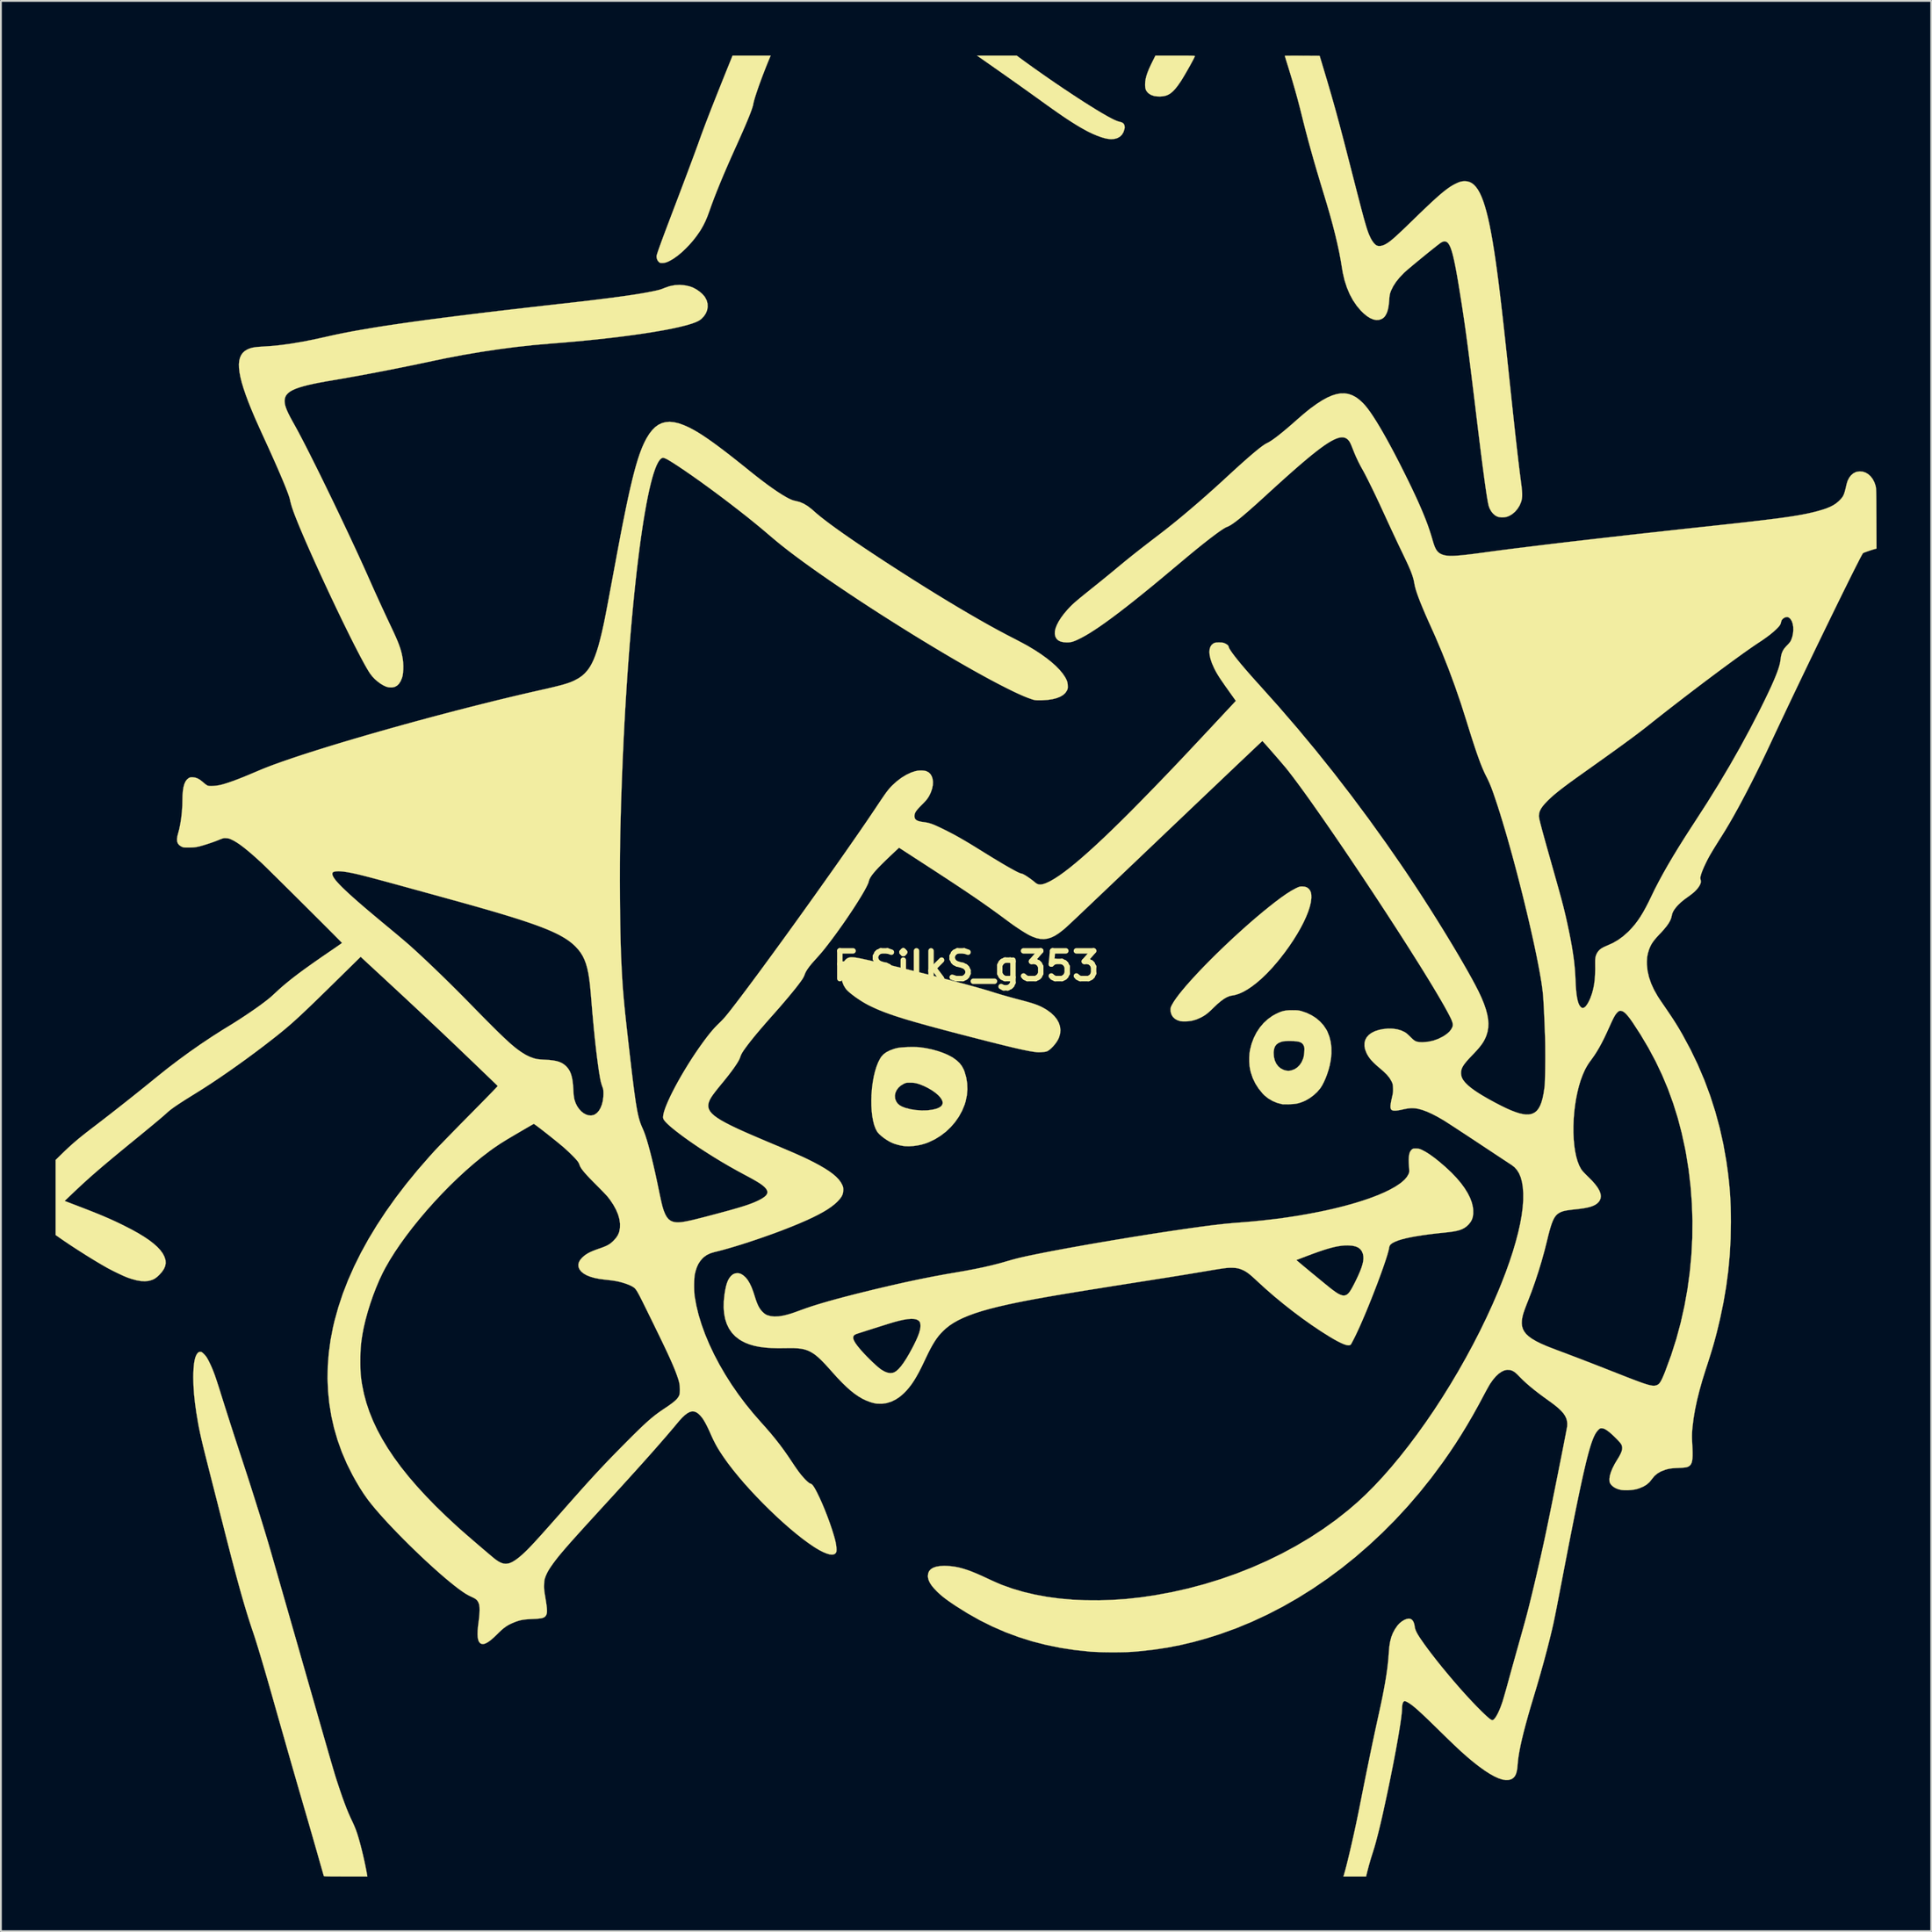
<source format=kicad_pcb>
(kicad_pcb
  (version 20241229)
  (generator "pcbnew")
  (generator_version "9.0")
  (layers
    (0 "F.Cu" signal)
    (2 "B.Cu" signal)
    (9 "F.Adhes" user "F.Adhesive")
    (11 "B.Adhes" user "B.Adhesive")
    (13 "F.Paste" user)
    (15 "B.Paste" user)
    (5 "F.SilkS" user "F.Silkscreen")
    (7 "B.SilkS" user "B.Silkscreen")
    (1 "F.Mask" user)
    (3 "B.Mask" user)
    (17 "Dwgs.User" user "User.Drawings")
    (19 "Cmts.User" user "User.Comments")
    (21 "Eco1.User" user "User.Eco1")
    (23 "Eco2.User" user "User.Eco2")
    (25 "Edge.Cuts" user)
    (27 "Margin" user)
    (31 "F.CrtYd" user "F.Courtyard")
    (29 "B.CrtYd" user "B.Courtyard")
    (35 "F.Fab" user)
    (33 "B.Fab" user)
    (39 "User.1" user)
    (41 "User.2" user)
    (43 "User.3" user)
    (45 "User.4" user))
  (footprint "F.SilkS_g353"
    (layer "F.Cu")
    (at 50.001 50.001)
    (property "Reference" "F.SilkS_g353" (at 0 0 0) (layer "F.SilkS") (effects (font (size 1.524 1.524) (thickness 0.3))))
    (attr through_hole)
    (fp_poly (pts (xy 11.731 -49.996) (xy 11.935 -49.995) (xy 12.103 -49.995) (xy 12.239 -49.994) (xy 12.346 -49.992) (xy 12.427 -49.99) (xy 12.486 -49.987) (xy 12.526 -49.983) (xy 12.55 -49.978) (xy 12.562 -49.972) (xy 12.565 -49.965) (xy 12.564 -49.959) (xy 12.537 -49.899) (xy 12.492 -49.808) (xy 12.432 -49.693) (xy 12.36 -49.56) (xy 12.279 -49.413) (xy 12.192 -49.259) (xy 12.104 -49.105) (xy 12.016 -48.954) (xy 11.933 -48.814) (xy 11.858 -48.691) (xy 11.794 -48.589) (xy 11.779 -48.567) (xy 11.632 -48.355) (xy 11.494 -48.18) (xy 11.363 -48.04) (xy 11.234 -47.931) (xy 11.104 -47.85) (xy 10.967 -47.796) (xy 10.821 -47.765) (xy 10.661 -47.754) (xy 10.629 -47.754) (xy 10.525 -47.757) (xy 10.424 -47.766) (xy 10.342 -47.777) (xy 10.319 -47.782) (xy 10.155 -47.84) (xy 10.022 -47.925) (xy 9.965 -47.981) (xy 9.906 -48.057) (xy 9.866 -48.138) (xy 9.844 -48.233) (xy 9.834 -48.354) (xy 9.834 -48.429) (xy 9.842 -48.574) (xy 9.865 -48.724) (xy 9.905 -48.884) (xy 9.963 -49.059) (xy 10.041 -49.254) (xy 10.141 -49.474) (xy 10.238 -49.673) (xy 10.4 -49.996) (xy 11.489 -49.996) (xy 11.731 -49.996)) (stroke (width 0.01) (type solid)) (fill yes) (layer "F.SilkS"))
    (fp_poly (pts (xy 2.93 -49.886) (xy 3.326 -49.598) (xy 3.728 -49.309) (xy 4.135 -49.023) (xy 4.541 -48.739) (xy 4.945 -48.462) (xy 5.342 -48.193) (xy 5.731 -47.934) (xy 6.107 -47.687) (xy 6.467 -47.454) (xy 6.809 -47.238) (xy 7.128 -47.04) (xy 7.422 -46.863) (xy 7.688 -46.709) (xy 7.822 -46.634) (xy 8.001 -46.539) (xy 8.151 -46.465) (xy 8.278 -46.411) (xy 8.389 -46.374) (xy 8.473 -46.354) (xy 8.582 -46.316) (xy 8.659 -46.251) (xy 8.702 -46.161) (xy 8.712 -46.048) (xy 8.701 -45.971) (xy 8.646 -45.8) (xy 8.562 -45.658) (xy 8.45 -45.548) (xy 8.311 -45.469) (xy 8.148 -45.423) (xy 7.96 -45.41) (xy 7.789 -45.425) (xy 7.614 -45.461) (xy 7.413 -45.521) (xy 7.194 -45.601) (xy 6.962 -45.698) (xy 6.727 -45.81) (xy 6.625 -45.863) (xy 6.436 -45.967) (xy 6.241 -46.078) (xy 6.038 -46.2) (xy 5.824 -46.334) (xy 5.595 -46.482) (xy 5.349 -46.646) (xy 5.082 -46.829) (xy 4.791 -47.033) (xy 4.472 -47.259) (xy 4.18 -47.469) (xy 3.706 -47.81) (xy 3.202 -48.17) (xy 2.677 -48.543) (xy 2.137 -48.924) (xy 1.589 -49.309) (xy 1.282 -49.524) (xy 0.607 -49.996) (xy 2.78 -49.996) (xy 2.93 -49.886)) (stroke (width 0.01) (type solid)) (fill yes) (layer "F.SilkS"))
    (fp_poly (pts (xy 18.468 -4.369) (xy 18.601 -4.357) (xy 18.705 -4.324) (xy 18.793 -4.265) (xy 18.845 -4.211) (xy 18.903 -4.127) (xy 18.94 -4.031) (xy 18.959 -3.914) (xy 18.962 -3.768) (xy 18.959 -3.706) (xy 18.931 -3.488) (xy 18.872 -3.246) (xy 18.785 -2.981) (xy 18.671 -2.697) (xy 18.532 -2.397) (xy 18.368 -2.083) (xy 18.182 -1.759) (xy 17.975 -1.427) (xy 17.749 -1.091) (xy 17.505 -0.753) (xy 17.245 -0.417) (xy 17.076 -0.21) (xy 16.799 0.109) (xy 16.523 0.402) (xy 16.248 0.667) (xy 15.978 0.902) (xy 15.714 1.107) (xy 15.457 1.281) (xy 15.21 1.42) (xy 14.975 1.525) (xy 14.754 1.593) (xy 14.605 1.619) (xy 14.468 1.648) (xy 14.32 1.709) (xy 14.161 1.802) (xy 13.988 1.928) (xy 13.798 2.088) (xy 13.591 2.285) (xy 13.581 2.295) (xy 13.433 2.438) (xy 13.303 2.555) (xy 13.182 2.65) (xy 13.063 2.731) (xy 12.937 2.803) (xy 12.877 2.834) (xy 12.638 2.937) (xy 12.404 3.003) (xy 12.164 3.035) (xy 12.097 3.038) (xy 11.991 3.04) (xy 11.891 3.038) (xy 11.811 3.032) (xy 11.774 3.027) (xy 11.605 2.973) (xy 11.464 2.892) (xy 11.354 2.786) (xy 11.278 2.657) (xy 11.237 2.509) (xy 11.231 2.424) (xy 11.231 2.349) (xy 11.239 2.291) (xy 11.256 2.235) (xy 11.289 2.166) (xy 11.323 2.101) (xy 11.419 1.939) (xy 11.547 1.754) (xy 11.703 1.546) (xy 11.886 1.319) (xy 12.093 1.074) (xy 12.323 0.814) (xy 12.573 0.54) (xy 12.84 0.254) (xy 13.124 -0.04) (xy 13.421 -0.341) (xy 13.729 -0.647) (xy 14.047 -0.956) (xy 14.372 -1.266) (xy 14.701 -1.574) (xy 15.034 -1.878) (xy 15.366 -2.176) (xy 15.697 -2.467) (xy 16.025 -2.747) (xy 16.346 -3.015) (xy 16.659 -3.268) (xy 16.961 -3.506) (xy 17.251 -3.724) (xy 17.32 -3.775) (xy 17.6 -3.97) (xy 17.858 -4.133) (xy 18.094 -4.262) (xy 18.14 -4.284) (xy 18.231 -4.326) (xy 18.299 -4.352) (xy 18.359 -4.365) (xy 18.427 -4.369) (xy 18.468 -4.369)) (stroke (width 0.01) (type solid)) (fill yes) (layer "F.SilkS"))
    (fp_poly (pts (xy -10.765 -49.916) (xy -10.866 -49.674) (xy -10.968 -49.423) (xy -11.068 -49.167) (xy -11.167 -48.912) (xy -11.261 -48.66) (xy -11.35 -48.417) (xy -11.431 -48.186) (xy -11.504 -47.972) (xy -11.567 -47.779) (xy -11.618 -47.611) (xy -11.656 -47.473) (xy -11.68 -47.369) (xy -11.682 -47.351) (xy -11.701 -47.262) (xy -11.735 -47.147) (xy -11.783 -47.003) (xy -11.847 -46.829) (xy -11.928 -46.626) (xy -12.024 -46.391) (xy -12.138 -46.123) (xy -12.269 -45.821) (xy -12.418 -45.484) (xy -12.585 -45.111) (xy -12.677 -44.908) (xy -12.907 -44.395) (xy -13.124 -43.9) (xy -13.328 -43.426) (xy -13.516 -42.974) (xy -13.689 -42.547) (xy -13.844 -42.15) (xy -13.981 -41.784) (xy -14.086 -41.487) (xy -14.197 -41.183) (xy -14.31 -40.914) (xy -14.431 -40.669) (xy -14.562 -40.44) (xy -14.637 -40.323) (xy -14.816 -40.067) (xy -15.002 -39.83) (xy -15.205 -39.6) (xy -15.387 -39.411) (xy -15.617 -39.193) (xy -15.844 -39.005) (xy -16.063 -38.85) (xy -16.271 -38.729) (xy -16.298 -38.716) (xy -16.399 -38.669) (xy -16.478 -38.639) (xy -16.547 -38.622) (xy -16.622 -38.613) (xy -16.649 -38.611) (xy -16.73 -38.609) (xy -16.782 -38.613) (xy -16.82 -38.627) (xy -16.859 -38.656) (xy -16.874 -38.668) (xy -16.945 -38.758) (xy -16.987 -38.874) (xy -16.997 -38.977) (xy -16.993 -39.006) (xy -16.981 -39.054) (xy -16.96 -39.124) (xy -16.93 -39.216) (xy -16.891 -39.332) (xy -16.84 -39.474) (xy -16.779 -39.643) (xy -16.707 -39.841) (xy -16.622 -40.07) (xy -16.525 -40.33) (xy -16.414 -40.624) (xy -16.29 -40.952) (xy -16.151 -41.318) (xy -16.019 -41.667) (xy -15.843 -42.129) (xy -15.674 -42.575) (xy -15.512 -43.004) (xy -15.358 -43.413) (xy -15.213 -43.798) (xy -15.079 -44.159) (xy -14.955 -44.491) (xy -14.844 -44.793) (xy -14.745 -45.062) (xy -14.661 -45.296) (xy -14.615 -45.424) (xy -14.536 -45.643) (xy -14.447 -45.883) (xy -14.349 -46.145) (xy -14.24 -46.432) (xy -14.119 -46.745) (xy -13.987 -47.085) (xy -13.841 -47.455) (xy -13.682 -47.856) (xy -13.509 -48.289) (xy -13.322 -48.758) (xy -13.119 -49.262) (xy -12.974 -49.62) (xy -12.822 -49.996) (xy -10.731 -49.996) (xy -10.765 -49.916)) (stroke (width 0.01) (type solid)) (fill yes) (layer "F.SilkS"))
    (fp_poly (pts (xy 18.046 2.427) (xy 18.154 2.43) (xy 18.24 2.438) (xy 18.316 2.45) (xy 18.393 2.468) (xy 18.405 2.471) (xy 18.698 2.57) (xy 18.97 2.7) (xy 19.217 2.858) (xy 19.437 3.044) (xy 19.627 3.253) (xy 19.782 3.484) (xy 19.843 3.599) (xy 19.95 3.871) (xy 20.023 4.163) (xy 20.061 4.474) (xy 20.064 4.801) (xy 20.031 5.139) (xy 19.969 5.461) (xy 19.906 5.698) (xy 19.829 5.934) (xy 19.743 6.16) (xy 19.65 6.369) (xy 19.554 6.553) (xy 19.458 6.704) (xy 19.443 6.725) (xy 19.28 6.914) (xy 19.088 7.091) (xy 18.876 7.248) (xy 18.656 7.377) (xy 18.521 7.439) (xy 18.374 7.494) (xy 18.24 7.535) (xy 18.107 7.562) (xy 17.962 7.578) (xy 17.791 7.587) (xy 17.738 7.589) (xy 17.62 7.59) (xy 17.514 7.591) (xy 17.428 7.59) (xy 17.371 7.587) (xy 17.357 7.585) (xy 17.084 7.514) (xy 16.828 7.407) (xy 16.593 7.268) (xy 16.384 7.1) (xy 16.296 7.011) (xy 16.074 6.74) (xy 15.891 6.456) (xy 15.746 6.156) (xy 15.639 5.839) (xy 15.598 5.667) (xy 15.568 5.474) (xy 15.553 5.256) (xy 15.552 5.029) (xy 15.566 4.809) (xy 15.568 4.794) (xy 16.891 4.794) (xy 16.908 5.003) (xy 16.957 5.193) (xy 17.035 5.362) (xy 17.142 5.504) (xy 17.273 5.617) (xy 17.428 5.698) (xy 17.506 5.723) (xy 17.613 5.747) (xy 17.705 5.754) (xy 17.802 5.743) (xy 17.868 5.729) (xy 18.036 5.668) (xy 18.188 5.57) (xy 18.319 5.439) (xy 18.428 5.279) (xy 18.509 5.091) (xy 18.533 5.016) (xy 18.548 4.941) (xy 18.563 4.842) (xy 18.574 4.734) (xy 18.577 4.694) (xy 18.582 4.587) (xy 18.581 4.509) (xy 18.572 4.448) (xy 18.554 4.393) (xy 18.513 4.31) (xy 18.457 4.245) (xy 18.381 4.194) (xy 18.282 4.158) (xy 18.154 4.134) (xy 17.994 4.121) (xy 17.801 4.117) (xy 17.664 4.118) (xy 17.56 4.121) (xy 17.48 4.126) (xy 17.414 4.135) (xy 17.353 4.149) (xy 17.298 4.165) (xy 17.156 4.224) (xy 17.047 4.304) (xy 16.969 4.407) (xy 16.918 4.538) (xy 16.894 4.699) (xy 16.891 4.794) (xy 15.568 4.794) (xy 15.594 4.611) (xy 15.596 4.601) (xy 15.682 4.264) (xy 15.802 3.946) (xy 15.952 3.649) (xy 16.132 3.378) (xy 16.338 3.133) (xy 16.57 2.919) (xy 16.824 2.737) (xy 17.007 2.635) (xy 17.168 2.559) (xy 17.309 2.503) (xy 17.443 2.465) (xy 17.581 2.441) (xy 17.737 2.429) (xy 17.907 2.426) (xy 18.046 2.427)) (stroke (width 0.01) (type solid)) (fill yes) (layer "F.SilkS"))
    (fp_poly (pts (xy -2.854 4.447) (xy -2.691 4.452) (xy -2.55 4.461) (xy -2.516 4.465) (xy -2.2 4.511) (xy -1.886 4.576) (xy -1.582 4.659) (xy -1.294 4.756) (xy -1.03 4.866) (xy -0.798 4.986) (xy -0.706 5.042) (xy -0.511 5.184) (xy -0.353 5.334) (xy -0.228 5.499) (xy -0.128 5.685) (xy -0.087 5.79) (xy 0.007 6.111) (xy 0.06 6.439) (xy 0.073 6.772) (xy 0.044 7.105) (xy -0.025 7.434) (xy -0.078 7.607) (xy -0.217 7.945) (xy -0.393 8.265) (xy -0.603 8.567) (xy -0.844 8.846) (xy -1.113 9.1) (xy -1.407 9.324) (xy -1.722 9.518) (xy -2.056 9.676) (xy -2.208 9.734) (xy -2.428 9.8) (xy -2.663 9.85) (xy -2.902 9.883) (xy -3.134 9.897) (xy -3.345 9.891) (xy -3.418 9.883) (xy -3.589 9.853) (xy -3.767 9.81) (xy -3.934 9.759) (xy -4.03 9.723) (xy -4.184 9.65) (xy -4.342 9.558) (xy -4.496 9.454) (xy -4.638 9.344) (xy -4.761 9.234) (xy -4.854 9.13) (xy -4.886 9.086) (xy -4.971 8.924) (xy -5.044 8.726) (xy -5.103 8.496) (xy -5.149 8.24) (xy -5.181 7.962) (xy -5.199 7.666) (xy -5.202 7.357) (xy -5.194 7.11) (xy -3.908 7.11) (xy -3.898 7.259) (xy -3.887 7.306) (xy -3.834 7.439) (xy -3.757 7.55) (xy -3.65 7.643) (xy -3.511 7.721) (xy -3.335 7.788) (xy -3.334 7.788) (xy -3.05 7.862) (xy -2.746 7.91) (xy -2.437 7.931) (xy -2.138 7.925) (xy -2.043 7.916) (xy -1.817 7.882) (xy -1.63 7.835) (xy -1.483 7.775) (xy -1.376 7.704) (xy -1.309 7.621) (xy -1.282 7.526) (xy -1.296 7.421) (xy -1.35 7.304) (xy -1.445 7.177) (xy -1.528 7.09) (xy -1.688 6.953) (xy -1.88 6.819) (xy -2.093 6.694) (xy -2.319 6.583) (xy -2.545 6.493) (xy -2.635 6.464) (xy -2.741 6.435) (xy -2.835 6.417) (xy -2.936 6.408) (xy -3.059 6.405) (xy -3.163 6.405) (xy -3.238 6.408) (xy -3.295 6.416) (xy -3.347 6.433) (xy -3.406 6.459) (xy -3.439 6.475) (xy -3.592 6.569) (xy -3.719 6.685) (xy -3.815 6.817) (xy -3.879 6.96) (xy -3.908 7.11) (xy -5.194 7.11) (xy -5.191 7.039) (xy -5.166 6.718) (xy -5.125 6.397) (xy -5.069 6.081) (xy -5.068 6.075) (xy -4.998 5.784) (xy -4.917 5.52) (xy -4.825 5.286) (xy -4.723 5.088) (xy -4.645 4.968) (xy -4.526 4.84) (xy -4.369 4.727) (xy -4.176 4.629) (xy -3.949 4.547) (xy -3.79 4.505) (xy -3.686 4.487) (xy -3.549 4.471) (xy -3.388 4.46) (xy -3.212 4.451) (xy -3.031 4.447) (xy -2.854 4.447)) (stroke (width 0.01) (type solid)) (fill yes) (layer "F.SilkS"))
    (fp_poly (pts (xy -6.075 -0.467) (xy -5.893 -0.435) (xy -5.827 -0.422) (xy -5.571 -0.368) (xy -5.283 -0.304) (xy -4.968 -0.233) (xy -4.628 -0.154) (xy -4.268 -0.07) (xy -3.892 0.02) (xy -3.502 0.115) (xy -3.102 0.213) (xy -2.697 0.313) (xy -2.289 0.415) (xy -1.882 0.518) (xy -1.48 0.62) (xy -1.087 0.722) (xy -0.706 0.821) (xy -0.341 0.918) (xy 0.005 1.01) (xy 0.328 1.098) (xy 0.624 1.18) (xy 0.89 1.256) (xy 1.122 1.324) (xy 1.316 1.383) (xy 1.323 1.385) (xy 1.511 1.444) (xy 1.685 1.498) (xy 1.851 1.548) (xy 2.016 1.597) (xy 2.186 1.645) (xy 2.368 1.696) (xy 2.569 1.751) (xy 2.796 1.812) (xy 3.055 1.881) (xy 3.144 1.904) (xy 3.395 1.973) (xy 3.612 2.037) (xy 3.799 2.099) (xy 3.964 2.162) (xy 4.113 2.228) (xy 4.252 2.3) (xy 4.388 2.379) (xy 4.456 2.423) (xy 4.672 2.581) (xy 4.85 2.752) (xy 4.992 2.932) (xy 5.094 3.12) (xy 5.158 3.314) (xy 5.182 3.512) (xy 5.165 3.713) (xy 5.107 3.914) (xy 5.06 4.019) (xy 4.987 4.146) (xy 4.895 4.274) (xy 4.792 4.397) (xy 4.684 4.508) (xy 4.578 4.6) (xy 4.48 4.665) (xy 4.429 4.688) (xy 4.356 4.705) (xy 4.255 4.72) (xy 4.138 4.729) (xy 4.021 4.734) (xy 3.917 4.732) (xy 3.873 4.729) (xy 3.762 4.714) (xy 3.641 4.696) (xy 3.509 4.674) (xy 3.362 4.646) (xy 3.2 4.613) (xy 3.019 4.575) (xy 2.818 4.53) (xy 2.593 4.478) (xy 2.343 4.418) (xy 2.066 4.351) (xy 1.759 4.275) (xy 1.419 4.19) (xy 1.045 4.095) (xy 0.635 3.99) (xy 0.265 3.895) (xy -0.282 3.754) (xy -0.789 3.622) (xy -1.259 3.498) (xy -1.693 3.381) (xy -2.095 3.272) (xy -2.466 3.169) (xy -2.808 3.072) (xy -3.123 2.98) (xy -3.413 2.893) (xy -3.681 2.809) (xy -3.928 2.729) (xy -4.156 2.651) (xy -4.368 2.574) (xy -4.565 2.5) (xy -4.749 2.426) (xy -4.924 2.351) (xy -5.089 2.276) (xy -5.249 2.2) (xy -5.358 2.146) (xy -5.529 2.054) (xy -5.706 1.949) (xy -5.883 1.835) (xy -6.056 1.717) (xy -6.216 1.599) (xy -6.36 1.485) (xy -6.481 1.379) (xy -6.572 1.286) (xy -6.607 1.243) (xy -6.717 1.066) (xy -6.794 0.873) (xy -6.839 0.661) (xy -6.854 0.425) (xy -6.852 0.339) (xy -6.84 0.16) (xy -6.815 0.014) (xy -6.774 -0.111) (xy -6.715 -0.223) (xy -6.669 -0.289) (xy -6.601 -0.367) (xy -6.528 -0.424) (xy -6.445 -0.461) (xy -6.345 -0.481) (xy -6.223 -0.482) (xy -6.075 -0.467)) (stroke (width 0.01) (type solid)) (fill yes) (layer "F.SilkS"))
    (fp_poly (pts (xy -42.009 21.191) (xy -41.971 21.204) (xy -41.93 21.233) (xy -41.875 21.284) (xy -41.836 21.323) (xy -41.778 21.386) (xy -41.728 21.45) (xy -41.679 21.525) (xy -41.626 21.619) (xy -41.562 21.742) (xy -41.553 21.762) (xy -41.491 21.89) (xy -41.432 22.02) (xy -41.375 22.157) (xy -41.316 22.305) (xy -41.255 22.47) (xy -41.191 22.656) (xy -41.12 22.868) (xy -41.042 23.11) (xy -40.954 23.387) (xy -40.937 23.445) (xy -40.812 23.842) (xy -40.676 24.272) (xy -40.53 24.73) (xy -40.377 25.208) (xy -40.218 25.701) (xy -40.055 26.201) (xy -39.891 26.703) (xy -39.78 27.04) (xy -39.62 27.528) (xy -39.458 28.026) (xy -39.296 28.529) (xy -39.136 29.032) (xy -38.979 29.53) (xy -38.826 30.017) (xy -38.68 30.488) (xy -38.543 30.937) (xy -38.415 31.359) (xy -38.298 31.749) (xy -38.252 31.909) (xy -38.233 31.973) (xy -38.203 32.075) (xy -38.163 32.215) (xy -38.113 32.39) (xy -38.053 32.598) (xy -37.984 32.838) (xy -37.907 33.107) (xy -37.821 33.405) (xy -37.729 33.728) (xy -37.629 34.075) (xy -37.523 34.445) (xy -37.411 34.835) (xy -37.294 35.243) (xy -37.172 35.669) (xy -37.046 36.109) (xy -36.916 36.563) (xy -36.783 37.027) (xy -36.647 37.502) (xy -36.51 37.983) (xy -36.491 38.047) (xy -36.321 38.642) (xy -36.162 39.198) (xy -36.013 39.717) (xy -35.875 40.199) (xy -35.747 40.646) (xy -35.629 41.06) (xy -35.519 41.443) (xy -35.418 41.795) (xy -35.325 42.119) (xy -35.24 42.415) (xy -35.162 42.686) (xy -35.091 42.932) (xy -35.027 43.156) (xy -34.968 43.358) (xy -34.915 43.541) (xy -34.867 43.706) (xy -34.824 43.853) (xy -34.785 43.986) (xy -34.75 44.105) (xy -34.718 44.212) (xy -34.689 44.308) (xy -34.663 44.395) (xy -34.639 44.474) (xy -34.616 44.546) (xy -34.595 44.615) (xy -34.574 44.679) (xy -34.554 44.743) (xy -34.533 44.806) (xy -34.512 44.87) (xy -34.49 44.937) (xy -34.487 44.947) (xy -34.36 45.326) (xy -34.242 45.668) (xy -34.129 45.976) (xy -34.022 46.256) (xy -33.917 46.511) (xy -33.814 46.746) (xy -33.711 46.964) (xy -33.7 46.987) (xy -33.604 47.197) (xy -33.511 47.427) (xy -33.435 47.643) (xy -33.36 47.888) (xy -33.282 48.165) (xy -33.203 48.467) (xy -33.126 48.782) (xy -33.053 49.102) (xy -32.986 49.417) (xy -32.927 49.718) (xy -32.918 49.768) (xy -32.878 49.996) (xy -34.069 49.996) (xy -34.324 49.996) (xy -34.54 49.995) (xy -34.721 49.995) (xy -34.869 49.994) (xy -34.987 49.992) (xy -35.08 49.99) (xy -35.149 49.988) (xy -35.2 49.984) (xy -35.234 49.98) (xy -35.255 49.974) (xy -35.266 49.968) (xy -35.271 49.96) (xy -35.272 49.959) (xy -35.279 49.932) (xy -35.297 49.869) (xy -35.325 49.772) (xy -35.361 49.644) (xy -35.405 49.49) (xy -35.456 49.314) (xy -35.512 49.117) (xy -35.572 48.905) (xy -35.636 48.68) (xy -35.653 48.62) (xy -35.732 48.345) (xy -35.82 48.038) (xy -35.914 47.71) (xy -36.012 47.37) (xy -36.111 47.027) (xy -36.209 46.691) (xy -36.302 46.371) (xy -36.388 46.076) (xy -36.417 45.974) (xy -36.518 45.628) (xy -36.629 45.247) (xy -36.75 44.828) (xy -36.881 44.373) (xy -37.023 43.881) (xy -37.175 43.351) (xy -37.337 42.782) (xy -37.51 42.175) (xy -37.695 41.528) (xy -37.89 40.842) (xy -38.096 40.115) (xy -38.16 39.889) (xy -38.268 39.511) (xy -38.375 39.139) (xy -38.48 38.776) (xy -38.583 38.426) (xy -38.682 38.091) (xy -38.777 37.775) (xy -38.865 37.483) (xy -38.948 37.216) (xy -39.022 36.979) (xy -39.087 36.776) (xy -39.142 36.61) (xy -39.15 36.587) (xy -39.245 36.308) (xy -39.339 36.019) (xy -39.435 35.716) (xy -39.533 35.398) (xy -39.634 35.062) (xy -39.737 34.706) (xy -39.845 34.327) (xy -39.957 33.922) (xy -40.075 33.489) (xy -40.198 33.026) (xy -40.329 32.531) (xy -40.466 32) (xy -40.612 31.432) (xy -40.696 31.104) (xy -40.755 30.87) (xy -40.823 30.601) (xy -40.899 30.305) (xy -40.98 29.987) (xy -41.064 29.655) (xy -41.151 29.314) (xy -41.238 28.973) (xy -41.323 28.637) (xy -41.406 28.313) (xy -41.477 28.035) (xy -41.57 27.669) (xy -41.653 27.341) (xy -41.727 27.048) (xy -41.793 26.786) (xy -41.851 26.552) (xy -41.902 26.343) (xy -41.947 26.156) (xy -41.987 25.987) (xy -42.022 25.834) (xy -42.053 25.694) (xy -42.081 25.562) (xy -42.107 25.436) (xy -42.132 25.312) (xy -42.155 25.188) (xy -42.172 25.093) (xy -42.268 24.525) (xy -42.342 23.992) (xy -42.395 23.492) (xy -42.426 23.025) (xy -42.436 22.588) (xy -42.433 22.373) (xy -42.42 22.098) (xy -42.398 21.862) (xy -42.367 21.663) (xy -42.326 21.5) (xy -42.274 21.37) (xy -42.212 21.272) (xy -42.202 21.26) (xy -42.152 21.212) (xy -42.103 21.192) (xy -42.053 21.188) (xy -42.009 21.191)) (stroke (width 0.01) (type solid)) (fill yes) (layer "F.SilkS"))
    (fp_poly (pts (xy -15.433 -37.381) (xy -15.177 -37.325) (xy -14.995 -37.257) (xy -14.813 -37.161) (xy -14.641 -37.043) (xy -14.488 -36.911) (xy -14.364 -36.771) (xy -14.329 -36.719) (xy -14.242 -36.55) (xy -14.196 -36.374) (xy -14.189 -36.195) (xy -14.22 -36.019) (xy -14.288 -35.848) (xy -14.393 -35.688) (xy -14.532 -35.542) (xy -14.595 -35.492) (xy -14.703 -35.425) (xy -14.851 -35.357) (xy -15.038 -35.288) (xy -15.264 -35.218) (xy -15.525 -35.148) (xy -15.821 -35.077) (xy -16.15 -35.006) (xy -16.51 -34.936) (xy -16.901 -34.866) (xy -17.32 -34.796) (xy -17.765 -34.727) (xy -18.236 -34.66) (xy -18.731 -34.594) (xy -19.248 -34.529) (xy -19.786 -34.467) (xy -20.343 -34.406) (xy -20.917 -34.348) (xy -21.508 -34.293) (xy -22.113 -34.24) (xy -22.731 -34.191) (xy -22.818 -34.184) (xy -23.749 -34.103) (xy -24.706 -33.998) (xy -25.68 -33.871) (xy -26.66 -33.724) (xy -27.639 -33.557) (xy -28.608 -33.372) (xy -29.178 -33.253) (xy -29.771 -33.127) (xy -30.374 -33.001) (xy -30.982 -32.878) (xy -31.588 -32.757) (xy -32.187 -32.64) (xy -32.773 -32.528) (xy -33.34 -32.423) (xy -33.882 -32.325) (xy -34.393 -32.235) (xy -34.756 -32.174) (xy -35.161 -32.104) (xy -35.527 -32.036) (xy -35.854 -31.97) (xy -36.144 -31.905) (xy -36.399 -31.839) (xy -36.62 -31.772) (xy -36.811 -31.704) (xy -36.972 -31.633) (xy -37.105 -31.559) (xy -37.212 -31.481) (xy -37.295 -31.397) (xy -37.356 -31.309) (xy -37.396 -31.213) (xy -37.418 -31.111) (xy -37.422 -31.026) (xy -37.416 -30.921) (xy -37.394 -30.805) (xy -37.355 -30.675) (xy -37.299 -30.528) (xy -37.223 -30.36) (xy -37.126 -30.167) (xy -37.007 -29.946) (xy -36.911 -29.774) (xy -36.801 -29.576) (xy -36.675 -29.343) (xy -36.534 -29.077) (xy -36.379 -28.78) (xy -36.213 -28.456) (xy -36.036 -28.106) (xy -35.85 -27.735) (xy -35.655 -27.345) (xy -35.454 -26.938) (xy -35.248 -26.517) (xy -35.038 -26.085) (xy -34.824 -25.645) (xy -34.61 -25.2) (xy -34.396 -24.752) (xy -34.183 -24.303) (xy -33.972 -23.858) (xy -33.766 -23.418) (xy -33.565 -22.987) (xy -33.37 -22.566) (xy -33.184 -22.159) (xy -33.007 -21.769) (xy -32.841 -21.398) (xy -32.722 -21.129) (xy -32.561 -20.767) (xy -32.384 -20.376) (xy -32.195 -19.961) (xy -31.997 -19.532) (xy -31.793 -19.094) (xy -31.587 -18.657) (xy -31.543 -18.563) (xy -31.418 -18.296) (xy -31.312 -18.061) (xy -31.222 -17.852) (xy -31.148 -17.664) (xy -31.087 -17.492) (xy -31.036 -17.33) (xy -30.995 -17.173) (xy -30.962 -17.015) (xy -30.934 -16.857) (xy -30.913 -16.674) (xy -30.904 -16.482) (xy -30.906 -16.29) (xy -30.919 -16.109) (xy -30.942 -15.948) (xy -30.974 -15.827) (xy -31.05 -15.645) (xy -31.142 -15.502) (xy -31.25 -15.398) (xy -31.376 -15.33) (xy -31.521 -15.3) (xy -31.686 -15.305) (xy -31.708 -15.308) (xy -31.846 -15.344) (xy -31.997 -15.413) (xy -32.156 -15.509) (xy -32.315 -15.626) (xy -32.467 -15.759) (xy -32.605 -15.904) (xy -32.72 -16.052) (xy -32.802 -16.177) (xy -32.899 -16.339) (xy -33.011 -16.535) (xy -33.135 -16.762) (xy -33.272 -17.018) (xy -33.419 -17.301) (xy -33.576 -17.606) (xy -33.741 -17.933) (xy -33.913 -18.278) (xy -34.091 -18.64) (xy -34.274 -19.014) (xy -34.46 -19.4) (xy -34.648 -19.794) (xy -34.838 -20.194) (xy -35.027 -20.596) (xy -35.215 -21) (xy -35.401 -21.402) (xy -35.583 -21.799) (xy -35.76 -22.189) (xy -35.931 -22.57) (xy -36.095 -22.939) (xy -36.251 -23.293) (xy -36.396 -23.63) (xy -36.531 -23.947) (xy -36.654 -24.242) (xy -36.763 -24.512) (xy -36.859 -24.755) (xy -36.938 -24.968) (xy -37.001 -25.149) (xy -37.027 -25.231) (xy -37.059 -25.34) (xy -37.088 -25.447) (xy -37.111 -25.539) (xy -37.122 -25.593) (xy -37.145 -25.687) (xy -37.187 -25.818) (xy -37.246 -25.985) (xy -37.323 -26.186) (xy -37.416 -26.42) (xy -37.526 -26.686) (xy -37.652 -26.983) (xy -37.793 -27.309) (xy -37.949 -27.664) (xy -38.119 -28.046) (xy -38.303 -28.454) (xy -38.501 -28.887) (xy -38.523 -28.935) (xy -38.61 -29.125) (xy -38.699 -29.32) (xy -38.786 -29.513) (xy -38.868 -29.696) (xy -38.943 -29.862) (xy -39.006 -30.004) (xy -39.055 -30.116) (xy -39.057 -30.12) (xy -39.247 -30.571) (xy -39.414 -30.988) (xy -39.557 -31.373) (xy -39.677 -31.726) (xy -39.774 -32.048) (xy -39.847 -32.342) (xy -39.897 -32.607) (xy -39.924 -32.845) (xy -39.929 -33.057) (xy -39.911 -33.245) (xy -39.87 -33.408) (xy -39.807 -33.55) (xy -39.721 -33.67) (xy -39.614 -33.77) (xy -39.5 -33.842) (xy -39.395 -33.892) (xy -39.284 -33.932) (xy -39.159 -33.963) (xy -39.014 -33.986) (xy -38.841 -34.003) (xy -38.64 -34.016) (xy -38.134 -34.05) (xy -37.605 -34.105) (xy -37.049 -34.182) (xy -36.466 -34.28) (xy -35.851 -34.4) (xy -35.204 -34.542) (xy -35.147 -34.555) (xy -34.849 -34.622) (xy -34.535 -34.69) (xy -34.204 -34.757) (xy -33.855 -34.825) (xy -33.487 -34.893) (xy -33.098 -34.961) (xy -32.688 -35.03) (xy -32.256 -35.101) (xy -31.799 -35.172) (xy -31.316 -35.244) (xy -30.808 -35.318) (xy -30.272 -35.393) (xy -29.707 -35.47) (xy -29.111 -35.549) (xy -28.485 -35.63) (xy -27.826 -35.713) (xy -27.133 -35.799) (xy -26.406 -35.887) (xy -25.642 -35.978) (xy -24.841 -36.072) (xy -24.002 -36.169) (xy -23.122 -36.269) (xy -22.202 -36.373) (xy -22.183 -36.375) (xy -21.611 -36.439) (xy -21.079 -36.501) (xy -20.585 -36.559) (xy -20.126 -36.615) (xy -19.702 -36.668) (xy -19.31 -36.719) (xy -18.947 -36.768) (xy -18.612 -36.815) (xy -18.303 -36.861) (xy -18.017 -36.906) (xy -17.753 -36.95) (xy -17.508 -36.994) (xy -17.28 -37.038) (xy -17.209 -37.052) (xy -17.044 -37.087) (xy -16.911 -37.118) (xy -16.801 -37.148) (xy -16.702 -37.181) (xy -16.607 -37.218) (xy -16.566 -37.236) (xy -16.293 -37.332) (xy -16.01 -37.389) (xy -15.722 -37.405) (xy -15.433 -37.381)) (stroke (width 0.01) (type solid)) (fill yes) (layer "F.SilkS"))
    (fp_poly (pts (xy 18.301 -49.991) (xy 18.461 -49.991) (xy 19.417 -49.985) (xy 19.646 -49.223) (xy 19.744 -48.896) (xy 19.837 -48.586) (xy 19.924 -48.288) (xy 20.008 -47.999) (xy 20.09 -47.716) (xy 20.17 -47.434) (xy 20.25 -47.15) (xy 20.33 -46.86) (xy 20.411 -46.56) (xy 20.496 -46.247) (xy 20.584 -45.917) (xy 20.676 -45.565) (xy 20.775 -45.188) (xy 20.88 -44.783) (xy 20.992 -44.346) (xy 21.114 -43.873) (xy 21.156 -43.709) (xy 21.267 -43.275) (xy 21.368 -42.88) (xy 21.46 -42.522) (xy 21.544 -42.198) (xy 21.62 -41.907) (xy 21.688 -41.646) (xy 21.75 -41.413) (xy 21.805 -41.206) (xy 21.855 -41.023) (xy 21.901 -40.862) (xy 21.942 -40.721) (xy 21.979 -40.596) (xy 22.013 -40.487) (xy 22.045 -40.392) (xy 22.075 -40.307) (xy 22.104 -40.231) (xy 22.132 -40.162) (xy 22.161 -40.097) (xy 22.19 -40.035) (xy 22.22 -39.973) (xy 22.235 -39.943) (xy 22.303 -39.825) (xy 22.382 -39.718) (xy 22.463 -39.631) (xy 22.539 -39.573) (xy 22.546 -39.569) (xy 22.645 -39.541) (xy 22.764 -39.543) (xy 22.896 -39.576) (xy 22.977 -39.61) (xy 23.043 -39.644) (xy 23.11 -39.683) (xy 23.181 -39.728) (xy 23.257 -39.783) (xy 23.342 -39.849) (xy 23.437 -39.928) (xy 23.545 -40.022) (xy 23.669 -40.134) (xy 23.811 -40.266) (xy 23.974 -40.419) (xy 24.159 -40.596) (xy 24.369 -40.799) (xy 24.596 -41.019) (xy 24.882 -41.297) (xy 25.141 -41.546) (xy 25.375 -41.768) (xy 25.586 -41.965) (xy 25.776 -42.139) (xy 25.948 -42.292) (xy 26.104 -42.426) (xy 26.245 -42.542) (xy 26.375 -42.643) (xy 26.495 -42.73) (xy 26.607 -42.806) (xy 26.714 -42.871) (xy 26.818 -42.928) (xy 26.871 -42.955) (xy 27.004 -43.018) (xy 27.115 -43.06) (xy 27.215 -43.086) (xy 27.318 -43.098) (xy 27.403 -43.1) (xy 27.535 -43.088) (xy 27.661 -43.051) (xy 27.782 -42.988) (xy 27.896 -42.897) (xy 28.006 -42.778) (xy 28.111 -42.63) (xy 28.212 -42.452) (xy 28.308 -42.242) (xy 28.402 -42) (xy 28.492 -41.724) (xy 28.58 -41.413) (xy 28.666 -41.066) (xy 28.75 -40.683) (xy 28.832 -40.261) (xy 28.914 -39.801) (xy 28.995 -39.301) (xy 29.076 -38.759) (xy 29.082 -38.714) (xy 29.119 -38.453) (xy 29.156 -38.183) (xy 29.193 -37.901) (xy 29.232 -37.606) (xy 29.271 -37.296) (xy 29.311 -36.967) (xy 29.353 -36.619) (xy 29.396 -36.247) (xy 29.442 -35.852) (xy 29.49 -35.429) (xy 29.54 -34.977) (xy 29.593 -34.493) (xy 29.649 -33.976) (xy 29.709 -33.424) (xy 29.772 -32.832) (xy 29.823 -32.343) (xy 29.888 -31.736) (xy 29.948 -31.169) (xy 30.005 -30.641) (xy 30.058 -30.148) (xy 30.108 -29.691) (xy 30.154 -29.265) (xy 30.198 -28.87) (xy 30.24 -28.503) (xy 30.279 -28.163) (xy 30.316 -27.848) (xy 30.351 -27.555) (xy 30.384 -27.282) (xy 30.415 -27.029) (xy 30.446 -26.792) (xy 30.475 -26.57) (xy 30.483 -26.511) (xy 30.511 -26.287) (xy 30.529 -26.098) (xy 30.538 -25.938) (xy 30.537 -25.801) (xy 30.526 -25.681) (xy 30.505 -25.573) (xy 30.48 -25.485) (xy 30.396 -25.289) (xy 30.283 -25.109) (xy 30.147 -24.95) (xy 29.992 -24.818) (xy 29.823 -24.719) (xy 29.698 -24.672) (xy 29.561 -24.646) (xy 29.413 -24.64) (xy 29.27 -24.656) (xy 29.173 -24.683) (xy 29.051 -24.75) (xy 28.936 -24.852) (xy 28.834 -24.981) (xy 28.753 -25.129) (xy 28.704 -25.262) (xy 28.684 -25.346) (xy 28.66 -25.46) (xy 28.634 -25.606) (xy 28.604 -25.784) (xy 28.571 -25.995) (xy 28.535 -26.241) (xy 28.495 -26.521) (xy 28.452 -26.836) (xy 28.405 -27.188) (xy 28.354 -27.577) (xy 28.299 -28.004) (xy 28.24 -28.47) (xy 28.178 -28.975) (xy 28.11 -29.52) (xy 28.039 -30.106) (xy 28.014 -30.311) (xy 27.949 -30.853) (xy 27.887 -31.357) (xy 27.83 -31.824) (xy 27.777 -32.257) (xy 27.727 -32.66) (xy 27.68 -33.034) (xy 27.636 -33.383) (xy 27.594 -33.709) (xy 27.554 -34.016) (xy 27.516 -34.306) (xy 27.479 -34.581) (xy 27.443 -34.846) (xy 27.407 -35.101) (xy 27.371 -35.351) (xy 27.335 -35.597) (xy 27.298 -35.844) (xy 27.26 -36.093) (xy 27.221 -36.347) (xy 27.18 -36.61) (xy 27.156 -36.756) (xy 27.088 -37.18) (xy 27.025 -37.565) (xy 26.965 -37.911) (xy 26.909 -38.221) (xy 26.856 -38.496) (xy 26.805 -38.739) (xy 26.757 -38.951) (xy 26.71 -39.135) (xy 26.664 -39.291) (xy 26.618 -39.423) (xy 26.573 -39.531) (xy 26.527 -39.619) (xy 26.48 -39.687) (xy 26.432 -39.737) (xy 26.382 -39.772) (xy 26.373 -39.777) (xy 26.293 -39.799) (xy 26.206 -39.789) (xy 26.107 -39.743) (xy 26.06 -39.714) (xy 26.001 -39.671) (xy 25.914 -39.605) (xy 25.802 -39.518) (xy 25.67 -39.413) (xy 25.523 -39.295) (xy 25.363 -39.167) (xy 25.196 -39.031) (xy 25.026 -38.892) (xy 24.856 -38.753) (xy 24.691 -38.617) (xy 24.535 -38.487) (xy 24.392 -38.367) (xy 24.266 -38.26) (xy 24.162 -38.17) (xy 24.083 -38.1) (xy 24.042 -38.061) (xy 23.807 -37.815) (xy 23.612 -37.573) (xy 23.457 -37.334) (xy 23.34 -37.095) (xy 23.324 -37.055) (xy 23.295 -36.974) (xy 23.274 -36.897) (xy 23.259 -36.814) (xy 23.247 -36.711) (xy 23.239 -36.598) (xy 23.218 -36.371) (xy 23.192 -36.18) (xy 23.157 -36.022) (xy 23.114 -35.891) (xy 23.095 -35.846) (xy 23.029 -35.722) (xy 22.957 -35.631) (xy 22.871 -35.562) (xy 22.813 -35.53) (xy 22.674 -35.484) (xy 22.523 -35.477) (xy 22.363 -35.51) (xy 22.194 -35.581) (xy 22.018 -35.691) (xy 21.837 -35.839) (xy 21.694 -35.978) (xy 21.459 -36.253) (xy 21.251 -36.56) (xy 21.068 -36.897) (xy 20.914 -37.263) (xy 20.787 -37.656) (xy 20.69 -38.074) (xy 20.648 -38.319) (xy 20.577 -38.752) (xy 20.491 -39.208) (xy 20.387 -39.688) (xy 20.267 -40.195) (xy 20.129 -40.732) (xy 19.973 -41.3) (xy 19.797 -41.901) (xy 19.663 -42.344) (xy 19.463 -43.001) (xy 19.277 -43.625) (xy 19.104 -44.218) (xy 18.944 -44.786) (xy 18.793 -45.335) (xy 18.652 -45.868) (xy 18.518 -46.39) (xy 18.457 -46.638) (xy 18.331 -47.139) (xy 18.202 -47.629) (xy 18.066 -48.119) (xy 17.921 -48.62) (xy 17.763 -49.142) (xy 17.662 -49.471) (xy 17.619 -49.609) (xy 17.58 -49.734) (xy 17.548 -49.84) (xy 17.523 -49.92) (xy 17.509 -49.97) (xy 17.505 -49.985) (xy 17.525 -49.987) (xy 17.584 -49.989) (xy 17.676 -49.99) (xy 17.799 -49.991) (xy 17.946 -49.992) (xy 18.115 -49.992) (xy 18.301 -49.991)) (stroke (width 0.01) (type solid)) (fill yes) (layer "F.SilkS"))
    (fp_poly (pts (xy 24.801 10.025) (xy 24.872 10.035) (xy 24.939 10.055) (xy 25.021 10.09) (xy 25.047 10.102) (xy 25.245 10.207) (xy 25.467 10.349) (xy 25.711 10.525) (xy 25.978 10.737) (xy 26.268 10.985) (xy 26.342 11.05) (xy 26.652 11.34) (xy 26.928 11.629) (xy 27.171 11.915) (xy 27.377 12.196) (xy 27.548 12.472) (xy 27.682 12.74) (xy 27.778 13) (xy 27.834 13.249) (xy 27.849 13.399) (xy 27.85 13.6) (xy 27.827 13.773) (xy 27.779 13.924) (xy 27.703 14.06) (xy 27.596 14.19) (xy 27.571 14.215) (xy 27.471 14.306) (xy 27.361 14.383) (xy 27.239 14.447) (xy 27.097 14.5) (xy 26.932 14.543) (xy 26.738 14.58) (xy 26.51 14.611) (xy 26.363 14.627) (xy 25.9 14.676) (xy 25.478 14.726) (xy 25.096 14.778) (xy 24.752 14.831) (xy 24.446 14.886) (xy 24.177 14.943) (xy 23.943 15.002) (xy 23.743 15.064) (xy 23.576 15.129) (xy 23.441 15.196) (xy 23.405 15.217) (xy 23.321 15.28) (xy 23.269 15.345) (xy 23.239 15.427) (xy 23.231 15.473) (xy 23.21 15.582) (xy 23.172 15.727) (xy 23.121 15.903) (xy 23.056 16.108) (xy 22.979 16.338) (xy 22.892 16.589) (xy 22.796 16.858) (xy 22.692 17.142) (xy 22.582 17.437) (xy 22.466 17.739) (xy 22.347 18.046) (xy 22.225 18.354) (xy 22.102 18.659) (xy 21.979 18.958) (xy 21.857 19.247) (xy 21.738 19.524) (xy 21.624 19.783) (xy 21.514 20.023) (xy 21.412 20.24) (xy 21.378 20.309) (xy 21.315 20.436) (xy 21.256 20.551) (xy 21.204 20.65) (xy 21.163 20.726) (xy 21.136 20.773) (xy 21.129 20.782) (xy 21.076 20.818) (xy 20.996 20.828) (xy 20.887 20.811) (xy 20.75 20.767) (xy 20.584 20.695) (xy 20.388 20.597) (xy 20.161 20.47) (xy 19.955 20.348) (xy 19.466 20.04) (xy 18.963 19.701) (xy 18.451 19.337) (xy 17.937 18.952) (xy 17.428 18.551) (xy 16.93 18.141) (xy 16.452 17.725) (xy 16.02 17.331) (xy 15.858 17.18) (xy 15.722 17.057) (xy 15.605 16.957) (xy 15.503 16.876) (xy 15.411 16.811) (xy 15.326 16.758) (xy 15.241 16.713) (xy 15.217 16.702) (xy 15.075 16.642) (xy 14.941 16.602) (xy 14.801 16.578) (xy 14.641 16.568) (xy 14.541 16.567) (xy 14.476 16.568) (xy 14.41 16.571) (xy 14.338 16.576) (xy 14.257 16.584) (xy 14.161 16.596) (xy 14.048 16.612) (xy 13.911 16.633) (xy 13.748 16.659) (xy 13.554 16.69) (xy 13.324 16.729) (xy 13.197 16.75) (xy 12.966 16.789) (xy 12.751 16.825) (xy 12.547 16.859) (xy 12.352 16.892) (xy 12.16 16.923) (xy 11.969 16.955) (xy 11.775 16.986) (xy 11.573 17.019) (xy 11.36 17.053) (xy 11.132 17.09) (xy 10.886 17.129) (xy 10.616 17.171) (xy 10.32 17.218) (xy 9.994 17.27) (xy 9.634 17.326) (xy 9.239 17.388) (xy 8.62 17.486) (xy 8.04 17.577) (xy 7.499 17.664) (xy 6.993 17.745) (xy 6.52 17.821) (xy 6.08 17.893) (xy 5.669 17.96) (xy 5.286 18.024) (xy 4.929 18.084) (xy 4.595 18.142) (xy 4.283 18.197) (xy 3.99 18.249) (xy 3.715 18.299) (xy 3.456 18.348) (xy 3.21 18.395) (xy 2.976 18.442) (xy 2.751 18.487) (xy 2.533 18.533) (xy 2.321 18.578) (xy 2.233 18.598) (xy 1.739 18.712) (xy 1.284 18.827) (xy 0.869 18.945) (xy 0.491 19.066) (xy 0.148 19.191) (xy -0.162 19.32) (xy -0.441 19.455) (xy -0.689 19.595) (xy -0.91 19.742) (xy -1.104 19.896) (xy -1.126 19.915) (xy -1.262 20.042) (xy -1.388 20.172) (xy -1.506 20.309) (xy -1.62 20.459) (xy -1.732 20.626) (xy -1.845 20.813) (xy -1.962 21.025) (xy -2.085 21.267) (xy -2.218 21.542) (xy -2.283 21.68) (xy -2.437 22.002) (xy -2.582 22.287) (xy -2.722 22.54) (xy -2.858 22.765) (xy -2.993 22.966) (xy -3.131 23.147) (xy -3.274 23.313) (xy -3.407 23.451) (xy -3.632 23.647) (xy -3.868 23.804) (xy -4.112 23.922) (xy -4.363 23.999) (xy -4.62 24.035) (xy -4.881 24.03) (xy -4.94 24.023) (xy -5.03 24.006) (xy -5.14 23.979) (xy -5.248 23.948) (xy -5.272 23.94) (xy -5.483 23.859) (xy -5.692 23.759) (xy -5.902 23.636) (xy -6.116 23.489) (xy -6.336 23.315) (xy -6.565 23.112) (xy -6.806 22.879) (xy -7.061 22.613) (xy -7.333 22.312) (xy -7.353 22.289) (xy -7.548 22.069) (xy -7.722 21.88) (xy -7.876 21.718) (xy -8.015 21.581) (xy -8.141 21.466) (xy -8.258 21.369) (xy -8.37 21.288) (xy -8.479 21.22) (xy -8.551 21.179) (xy -8.676 21.12) (xy -8.803 21.073) (xy -8.94 21.036) (xy -9.091 21.009) (xy -9.262 20.991) (xy -9.459 20.981) (xy -9.687 20.979) (xy -9.917 20.983) (xy -10.328 20.986) (xy -10.702 20.976) (xy -11.041 20.95) (xy -11.35 20.909) (xy -11.63 20.852) (xy -11.885 20.778) (xy -12.117 20.688) (xy -12.33 20.579) (xy -12.456 20.501) (xy -12.62 20.373) (xy -6.2 20.373) (xy -6.195 20.459) (xy -6.158 20.562) (xy -6.089 20.686) (xy -5.987 20.831) (xy -5.874 20.973) (xy -5.748 21.12) (xy -5.606 21.277) (xy -5.453 21.438) (xy -5.295 21.597) (xy -5.137 21.75) (xy -4.986 21.89) (xy -4.846 22.013) (xy -4.723 22.113) (xy -4.647 22.168) (xy -4.473 22.269) (xy -4.309 22.331) (xy -4.155 22.353) (xy -4.012 22.335) (xy -3.941 22.31) (xy -3.828 22.24) (xy -3.706 22.13) (xy -3.573 21.979) (xy -3.431 21.787) (xy -3.279 21.555) (xy -3.118 21.282) (xy -2.947 20.969) (xy -2.873 20.826) (xy -2.749 20.572) (xy -2.65 20.349) (xy -2.577 20.153) (xy -2.529 19.982) (xy -2.504 19.833) (xy -2.502 19.714) (xy -2.517 19.604) (xy -2.548 19.529) (xy -2.553 19.523) (xy -2.625 19.454) (xy -2.725 19.406) (xy -2.853 19.378) (xy -3.011 19.371) (xy -3.199 19.385) (xy -3.42 19.42) (xy -3.674 19.476) (xy -3.962 19.553) (xy -4.233 19.635) (xy -4.428 19.696) (xy -4.629 19.759) (xy -4.832 19.823) (xy -5.034 19.887) (xy -5.228 19.949) (xy -5.412 20.007) (xy -5.58 20.061) (xy -5.727 20.108) (xy -5.851 20.148) (xy -5.945 20.178) (xy -6.006 20.199) (xy -6.024 20.205) (xy -6.114 20.248) (xy -6.172 20.304) (xy -6.2 20.373) (xy -12.62 20.373) (xy -12.674 20.332) (xy -12.86 20.134) (xy -13.014 19.91) (xy -13.137 19.658) (xy -13.227 19.381) (xy -13.284 19.078) (xy -13.309 18.749) (xy -13.301 18.395) (xy -13.262 18.023) (xy -13.223 17.784) (xy -13.18 17.581) (xy -13.131 17.411) (xy -13.075 17.269) (xy -13.009 17.149) (xy -12.932 17.048) (xy -12.896 17.008) (xy -12.791 16.924) (xy -12.679 16.878) (xy -12.562 16.866) (xy -12.466 16.873) (xy -12.382 16.898) (xy -12.295 16.945) (xy -12.221 16.997) (xy -12.099 17.107) (xy -11.986 17.249) (xy -11.881 17.424) (xy -11.781 17.634) (xy -11.687 17.883) (xy -11.621 18.087) (xy -11.552 18.305) (xy -11.487 18.486) (xy -11.421 18.638) (xy -11.354 18.764) (xy -11.281 18.871) (xy -11.201 18.966) (xy -11.181 18.986) (xy -11.091 19.07) (xy -11.012 19.127) (xy -10.932 19.167) (xy -10.915 19.174) (xy -10.732 19.225) (xy -10.533 19.247) (xy -10.314 19.24) (xy -10.07 19.204) (xy -9.899 19.165) (xy -9.81 19.142) (xy -9.728 19.119) (xy -9.649 19.096) (xy -9.564 19.069) (xy -9.467 19.036) (xy -9.352 18.995) (xy -9.21 18.944) (xy -9.038 18.881) (xy -8.777 18.788) (xy -8.497 18.693) (xy -8.194 18.597) (xy -7.865 18.498) (xy -7.508 18.395) (xy -7.121 18.288) (xy -6.699 18.175) (xy -6.24 18.056) (xy -5.908 17.972) (xy -5.023 17.754) (xy -4.17 17.553) (xy -3.351 17.368) (xy -2.566 17.201) (xy -1.816 17.052) (xy -1.103 16.92) (xy -0.624 16.838) (xy -0.057 16.74) (xy 0.472 16.64) (xy 0.965 16.537) (xy 1.425 16.431) (xy 1.856 16.321) (xy 2.261 16.205) (xy 2.268 16.203) (xy 2.424 16.158) (xy 2.473 16.144) (xy 18.136 16.144) (xy 18.323 16.302) (xy 18.428 16.39) (xy 18.553 16.495) (xy 18.694 16.612) (xy 18.846 16.738) (xy 19.005 16.87) (xy 19.168 17.003) (xy 19.329 17.136) (xy 19.484 17.264) (xy 19.63 17.383) (xy 19.761 17.49) (xy 19.874 17.582) (xy 19.965 17.656) (xy 20.029 17.707) (xy 20.045 17.719) (xy 20.18 17.821) (xy 20.29 17.9) (xy 20.382 17.961) (xy 20.462 18.007) (xy 20.538 18.042) (xy 20.552 18.048) (xy 20.667 18.086) (xy 20.763 18.094) (xy 20.854 18.072) (xy 20.893 18.054) (xy 20.948 18.018) (xy 21.006 17.963) (xy 21.067 17.886) (xy 21.135 17.783) (xy 21.211 17.651) (xy 21.298 17.487) (xy 21.399 17.287) (xy 21.401 17.283) (xy 21.528 17.015) (xy 21.632 16.777) (xy 21.712 16.568) (xy 21.77 16.383) (xy 21.807 16.218) (xy 21.823 16.072) (xy 21.819 15.939) (xy 21.797 15.818) (xy 21.791 15.798) (xy 21.733 15.658) (xy 21.649 15.546) (xy 21.535 15.458) (xy 21.392 15.396) (xy 21.216 15.356) (xy 21.006 15.34) (xy 20.934 15.339) (xy 20.777 15.343) (xy 20.616 15.358) (xy 20.446 15.382) (xy 20.264 15.418) (xy 20.066 15.466) (xy 19.849 15.527) (xy 19.609 15.602) (xy 19.342 15.693) (xy 19.045 15.799) (xy 18.715 15.923) (xy 18.63 15.955) (xy 18.136 16.144) (xy 2.473 16.144) (xy 2.599 16.109) (xy 2.777 16.062) (xy 2.94 16.021) (xy 3.016 16.003) (xy 3.288 15.942) (xy 3.598 15.876) (xy 3.945 15.805) (xy 4.324 15.73) (xy 4.733 15.651) (xy 5.169 15.569) (xy 5.628 15.484) (xy 6.108 15.398) (xy 6.605 15.309) (xy 7.116 15.22) (xy 7.639 15.131) (xy 8.17 15.041) (xy 8.706 14.952) (xy 9.244 14.864) (xy 9.782 14.778) (xy 10.315 14.694) (xy 10.841 14.613) (xy 11.357 14.535) (xy 11.86 14.461) (xy 12.023 14.438) (xy 12.456 14.376) (xy 12.853 14.321) (xy 13.216 14.273) (xy 13.552 14.23) (xy 13.864 14.194) (xy 14.156 14.161) (xy 14.434 14.134) (xy 14.702 14.11) (xy 14.963 14.089) (xy 15.007 14.086) (xy 15.647 14.034) (xy 16.28 13.972) (xy 16.904 13.9) (xy 17.517 13.819) (xy 18.117 13.728) (xy 18.702 13.629) (xy 19.269 13.521) (xy 19.818 13.407) (xy 20.346 13.285) (xy 20.85 13.157) (xy 21.33 13.022) (xy 21.782 12.882) (xy 22.205 12.738) (xy 22.597 12.588) (xy 22.956 12.435) (xy 23.279 12.278) (xy 23.566 12.118) (xy 23.813 11.955) (xy 23.929 11.867) (xy 24.087 11.725) (xy 24.207 11.584) (xy 24.293 11.438) (xy 24.302 11.419) (xy 24.321 11.372) (xy 24.333 11.329) (xy 24.338 11.28) (xy 24.338 11.214) (xy 24.333 11.121) (xy 24.329 11.061) (xy 24.315 10.831) (xy 24.311 10.639) (xy 24.318 10.479) (xy 24.335 10.35) (xy 24.364 10.245) (xy 24.405 10.162) (xy 24.458 10.097) (xy 24.458 10.096) (xy 24.498 10.06) (xy 24.532 10.038) (xy 24.573 10.027) (xy 24.634 10.023) (xy 24.708 10.023) (xy 24.801 10.025)) (stroke (width 0.01) (type solid)) (fill yes) (layer "F.SilkS"))
    (fp_poly (pts (xy 21.005 -31.415) (xy 21.21 -31.344) (xy 21.409 -31.238) (xy 21.604 -31.094) (xy 21.797 -30.915) (xy 21.924 -30.776) (xy 22.058 -30.61) (xy 22.207 -30.406) (xy 22.369 -30.165) (xy 22.545 -29.888) (xy 22.733 -29.577) (xy 22.933 -29.232) (xy 23.144 -28.855) (xy 23.365 -28.448) (xy 23.596 -28.011) (xy 23.836 -27.545) (xy 24.01 -27.199) (xy 24.242 -26.732) (xy 24.453 -26.298) (xy 24.644 -25.894) (xy 24.817 -25.518) (xy 24.972 -25.166) (xy 25.112 -24.835) (xy 25.237 -24.523) (xy 25.349 -24.227) (xy 25.448 -23.943) (xy 25.536 -23.669) (xy 25.615 -23.402) (xy 25.621 -23.379) (xy 25.682 -23.179) (xy 25.742 -23.016) (xy 25.805 -22.887) (xy 25.875 -22.785) (xy 25.953 -22.706) (xy 26.044 -22.645) (xy 26.094 -22.621) (xy 26.167 -22.591) (xy 26.244 -22.567) (xy 26.33 -22.548) (xy 26.426 -22.534) (xy 26.536 -22.527) (xy 26.661 -22.525) (xy 26.806 -22.528) (xy 26.973 -22.538) (xy 27.164 -22.554) (xy 27.383 -22.576) (xy 27.632 -22.605) (xy 27.915 -22.64) (xy 28.233 -22.682) (xy 28.591 -22.73) (xy 28.596 -22.731) (xy 28.98 -22.783) (xy 29.404 -22.839) (xy 29.867 -22.898) (xy 30.366 -22.961) (xy 30.901 -23.027) (xy 31.469 -23.097) (xy 32.068 -23.169) (xy 32.698 -23.244) (xy 33.355 -23.321) (xy 34.038 -23.4) (xy 34.746 -23.482) (xy 35.477 -23.565) (xy 36.228 -23.65) (xy 36.999 -23.737) (xy 37.787 -23.824) (xy 38.59 -23.913) (xy 39.407 -24.002) (xy 40.237 -24.092) (xy 40.979 -24.172) (xy 41.537 -24.233) (xy 42.055 -24.289) (xy 42.535 -24.342) (xy 42.979 -24.392) (xy 43.389 -24.44) (xy 43.767 -24.484) (xy 44.115 -24.527) (xy 44.436 -24.567) (xy 44.73 -24.606) (xy 45.001 -24.644) (xy 45.249 -24.68) (xy 45.479 -24.716) (xy 45.69 -24.751) (xy 45.886 -24.786) (xy 46.068 -24.821) (xy 46.238 -24.856) (xy 46.399 -24.892) (xy 46.552 -24.928) (xy 46.7 -24.966) (xy 46.787 -24.99) (xy 47.047 -25.066) (xy 47.271 -25.143) (xy 47.462 -25.223) (xy 47.628 -25.309) (xy 47.772 -25.403) (xy 47.9 -25.508) (xy 47.954 -25.559) (xy 48.028 -25.635) (xy 48.088 -25.704) (xy 48.138 -25.772) (xy 48.18 -25.847) (xy 48.217 -25.934) (xy 48.251 -26.039) (xy 48.286 -26.169) (xy 48.325 -26.33) (xy 48.353 -26.456) (xy 48.411 -26.645) (xy 48.494 -26.81) (xy 48.599 -26.948) (xy 48.722 -27.054) (xy 48.861 -27.125) (xy 48.903 -27.138) (xy 49.074 -27.163) (xy 49.24 -27.149) (xy 49.398 -27.097) (xy 49.545 -27.01) (xy 49.676 -26.89) (xy 49.79 -26.74) (xy 49.882 -26.562) (xy 49.937 -26.403) (xy 49.946 -26.372) (xy 49.953 -26.341) (xy 49.96 -26.308) (xy 49.965 -26.27) (xy 49.97 -26.223) (xy 49.974 -26.165) (xy 49.977 -26.092) (xy 49.98 -26.002) (xy 49.982 -25.891) (xy 49.984 -25.757) (xy 49.986 -25.596) (xy 49.987 -25.405) (xy 49.988 -25.181) (xy 49.989 -24.922) (xy 49.991 -24.623) (xy 49.991 -24.581) (xy 49.997 -22.926) (xy 49.907 -22.901) (xy 49.817 -22.876) (xy 49.712 -22.843) (xy 49.601 -22.807) (xy 49.492 -22.769) (xy 49.394 -22.734) (xy 49.316 -22.704) (xy 49.268 -22.683) (xy 49.26 -22.679) (xy 49.241 -22.653) (xy 49.204 -22.591) (xy 49.151 -22.494) (xy 49.082 -22.364) (xy 48.999 -22.202) (xy 48.901 -22.011) (xy 48.79 -21.792) (xy 48.667 -21.547) (xy 48.533 -21.278) (xy 48.388 -20.985) (xy 48.233 -20.672) (xy 48.069 -20.339) (xy 47.897 -19.989) (xy 47.718 -19.623) (xy 47.532 -19.243) (xy 47.341 -18.85) (xy 47.145 -18.447) (xy 46.945 -18.034) (xy 46.741 -17.615) (xy 46.536 -17.189) (xy 46.329 -16.76) (xy 46.122 -16.329) (xy 45.915 -15.898) (xy 45.709 -15.468) (xy 45.505 -15.041) (xy 45.303 -14.618) (xy 45.106 -14.203) (xy 44.913 -13.795) (xy 44.725 -13.397) (xy 44.543 -13.011) (xy 44.368 -12.639) (xy 44.201 -12.282) (xy 44.164 -12.203) (xy 43.906 -11.655) (xy 43.646 -11.116) (xy 43.386 -10.588) (xy 43.128 -10.074) (xy 42.872 -9.577) (xy 42.622 -9.102) (xy 42.378 -8.65) (xy 42.142 -8.225) (xy 41.916 -7.831) (xy 41.701 -7.47) (xy 41.512 -7.165) (xy 41.362 -6.928) (xy 41.232 -6.721) (xy 41.121 -6.542) (xy 41.025 -6.385) (xy 40.942 -6.247) (xy 40.869 -6.123) (xy 40.805 -6.009) (xy 40.746 -5.9) (xy 40.69 -5.792) (xy 40.635 -5.681) (xy 40.596 -5.6) (xy 40.517 -5.43) (xy 40.449 -5.269) (xy 40.393 -5.122) (xy 40.352 -4.996) (xy 40.328 -4.896) (xy 40.322 -4.842) (xy 40.33 -4.768) (xy 40.346 -4.703) (xy 40.354 -4.617) (xy 40.326 -4.512) (xy 40.262 -4.39) (xy 40.197 -4.296) (xy 40.101 -4.181) (xy 39.987 -4.068) (xy 39.846 -3.951) (xy 39.675 -3.823) (xy 39.648 -3.805) (xy 39.433 -3.648) (xy 39.254 -3.5) (xy 39.104 -3.357) (xy 39.022 -3.267) (xy 38.911 -3.127) (xy 38.832 -3) (xy 38.78 -2.879) (xy 38.754 -2.769) (xy 38.722 -2.637) (xy 38.666 -2.499) (xy 38.584 -2.353) (xy 38.474 -2.196) (xy 38.333 -2.023) (xy 38.161 -1.831) (xy 38.087 -1.755) (xy 37.932 -1.588) (xy 37.806 -1.44) (xy 37.704 -1.303) (xy 37.622 -1.171) (xy 37.556 -1.036) (xy 37.508 -0.916) (xy 37.441 -0.697) (xy 37.4 -0.48) (xy 37.385 -0.251) (xy 37.388 -0.074) (xy 37.423 0.263) (xy 37.501 0.606) (xy 37.619 0.953) (xy 37.779 1.303) (xy 37.979 1.657) (xy 38.12 1.873) (xy 38.295 2.128) (xy 38.448 2.352) (xy 38.582 2.55) (xy 38.701 2.726) (xy 38.806 2.885) (xy 38.9 3.031) (xy 38.987 3.169) (xy 39.069 3.301) (xy 39.149 3.434) (xy 39.229 3.571) (xy 39.313 3.716) (xy 39.346 3.774) (xy 39.782 4.583) (xy 40.18 5.409) (xy 40.539 6.252) (xy 40.859 7.111) (xy 41.14 7.986) (xy 41.382 8.876) (xy 41.585 9.782) (xy 41.748 10.702) (xy 41.835 11.324) (xy 41.882 11.729) (xy 41.921 12.112) (xy 41.951 12.483) (xy 41.973 12.853) (xy 41.989 13.232) (xy 41.997 13.632) (xy 42 14.064) (xy 42 14.065) (xy 41.985 14.964) (xy 41.937 15.849) (xy 41.856 16.725) (xy 41.741 17.599) (xy 41.591 18.478) (xy 41.406 19.367) (xy 41.263 19.966) (xy 41.205 20.197) (xy 41.147 20.416) (xy 41.089 20.63) (xy 41.028 20.845) (xy 40.962 21.067) (xy 40.89 21.303) (xy 40.81 21.559) (xy 40.719 21.842) (xy 40.618 22.151) (xy 40.433 22.744) (xy 40.274 23.306) (xy 40.141 23.841) (xy 40.033 24.351) (xy 39.951 24.838) (xy 39.893 25.304) (xy 39.876 25.495) (xy 39.868 25.629) (xy 39.864 25.763) (xy 39.864 25.909) (xy 39.87 26.077) (xy 39.879 26.259) (xy 39.891 26.51) (xy 39.897 26.723) (xy 39.896 26.901) (xy 39.888 27.048) (xy 39.872 27.168) (xy 39.848 27.264) (xy 39.815 27.34) (xy 39.774 27.4) (xy 39.748 27.426) (xy 39.702 27.463) (xy 39.651 27.492) (xy 39.588 27.515) (xy 39.508 27.531) (xy 39.404 27.544) (xy 39.269 27.553) (xy 39.126 27.56) (xy 38.959 27.568) (xy 38.825 27.577) (xy 38.716 27.588) (xy 38.621 27.603) (xy 38.533 27.622) (xy 38.443 27.647) (xy 38.375 27.668) (xy 38.152 27.756) (xy 37.962 27.867) (xy 37.801 28.005) (xy 37.664 28.171) (xy 37.654 28.186) (xy 37.527 28.342) (xy 37.374 28.475) (xy 37.19 28.586) (xy 36.972 28.677) (xy 36.857 28.714) (xy 36.71 28.748) (xy 36.536 28.771) (xy 36.351 28.784) (xy 36.171 28.785) (xy 36.01 28.773) (xy 35.969 28.767) (xy 35.805 28.726) (xy 35.657 28.664) (xy 35.531 28.585) (xy 35.431 28.493) (xy 35.363 28.392) (xy 35.335 28.303) (xy 35.331 28.153) (xy 35.358 27.979) (xy 35.416 27.785) (xy 35.503 27.573) (xy 35.619 27.346) (xy 35.749 27.127) (xy 35.859 26.947) (xy 35.941 26.793) (xy 35.997 26.66) (xy 36.028 26.546) (xy 36.034 26.444) (xy 36.018 26.35) (xy 35.985 26.268) (xy 35.949 26.215) (xy 35.887 26.14) (xy 35.806 26.049) (xy 35.71 25.95) (xy 35.606 25.847) (xy 35.5 25.746) (xy 35.398 25.655) (xy 35.317 25.587) (xy 35.191 25.493) (xy 35.085 25.429) (xy 34.994 25.392) (xy 34.91 25.379) (xy 34.901 25.379) (xy 34.851 25.382) (xy 34.81 25.396) (xy 34.767 25.427) (xy 34.71 25.483) (xy 34.701 25.492) (xy 34.656 25.544) (xy 34.611 25.605) (xy 34.565 25.676) (xy 34.52 25.759) (xy 34.474 25.856) (xy 34.427 25.966) (xy 34.379 26.093) (xy 34.329 26.236) (xy 34.278 26.397) (xy 34.224 26.577) (xy 34.169 26.778) (xy 34.11 27.001) (xy 34.048 27.247) (xy 33.984 27.517) (xy 33.915 27.812) (xy 33.843 28.134) (xy 33.767 28.485) (xy 33.686 28.864) (xy 33.6 29.273) (xy 33.509 29.715) (xy 33.413 30.189) (xy 33.312 30.697) (xy 33.204 31.241) (xy 33.09 31.821) (xy 32.97 32.439) (xy 32.843 33.096) (xy 32.709 33.794) (xy 32.693 33.877) (xy 32.624 34.231) (xy 32.564 34.548) (xy 32.509 34.829) (xy 32.461 35.079) (xy 32.417 35.301) (xy 32.378 35.498) (xy 32.343 35.674) (xy 32.31 35.832) (xy 32.28 35.977) (xy 32.252 36.11) (xy 32.224 36.235) (xy 32.196 36.356) (xy 32.168 36.477) (xy 32.138 36.6) (xy 32.107 36.73) (xy 32.073 36.869) (xy 32.058 36.928) (xy 31.899 37.555) (xy 31.728 38.196) (xy 31.544 38.855) (xy 31.345 39.542) (xy 31.168 40.132) (xy 31.008 40.665) (xy 30.865 41.16) (xy 30.738 41.619) (xy 30.627 42.041) (xy 30.532 42.427) (xy 30.453 42.78) (xy 30.389 43.099) (xy 30.341 43.385) (xy 30.307 43.64) (xy 30.29 43.837) (xy 30.27 44.05) (xy 30.24 44.225) (xy 30.198 44.367) (xy 30.142 44.48) (xy 30.07 44.567) (xy 29.981 44.632) (xy 29.936 44.656) (xy 29.796 44.697) (xy 29.634 44.702) (xy 29.45 44.67) (xy 29.244 44.603) (xy 29.015 44.5) (xy 28.765 44.36) (xy 28.492 44.185) (xy 28.201 43.976) (xy 28.037 43.851) (xy 27.876 43.724) (xy 27.714 43.591) (xy 27.548 43.451) (xy 27.375 43.3) (xy 27.191 43.135) (xy 26.994 42.953) (xy 26.78 42.751) (xy 26.546 42.526) (xy 26.288 42.276) (xy 26.092 42.084) (xy 25.858 41.855) (xy 25.651 41.653) (xy 25.469 41.476) (xy 25.309 41.322) (xy 25.167 41.187) (xy 25.042 41.069) (xy 24.929 40.965) (xy 24.828 40.873) (xy 24.734 40.791) (xy 24.646 40.715) (xy 24.598 40.675) (xy 24.481 40.582) (xy 24.366 40.501) (xy 24.26 40.435) (xy 24.171 40.389) (xy 24.104 40.366) (xy 24.088 40.365) (xy 24.036 40.385) (xy 23.994 40.443) (xy 23.963 40.536) (xy 23.945 40.66) (xy 23.94 40.778) (xy 23.935 40.898) (xy 23.921 41.056) (xy 23.898 41.251) (xy 23.867 41.48) (xy 23.828 41.74) (xy 23.781 42.029) (xy 23.728 42.345) (xy 23.668 42.684) (xy 23.603 43.046) (xy 23.531 43.427) (xy 23.455 43.825) (xy 23.373 44.237) (xy 23.288 44.661) (xy 23.199 45.095) (xy 23.106 45.535) (xy 23.01 45.981) (xy 22.912 46.428) (xy 22.91 46.44) (xy 22.823 46.825) (xy 22.736 47.193) (xy 22.652 47.539) (xy 22.57 47.858) (xy 22.493 48.149) (xy 22.42 48.405) (xy 22.352 48.625) (xy 22.34 48.662) (xy 22.223 49.033) (xy 22.121 49.386) (xy 22.028 49.743) (xy 22.014 49.8) (xy 21.966 49.996) (xy 20.725 49.996) (xy 20.767 49.853) (xy 20.821 49.66) (xy 20.882 49.429) (xy 20.948 49.167) (xy 21.019 48.876) (xy 21.094 48.561) (xy 21.171 48.228) (xy 21.25 47.881) (xy 21.329 47.523) (xy 21.408 47.16) (xy 21.484 46.796) (xy 21.559 46.436) (xy 21.629 46.085) (xy 21.633 46.063) (xy 21.784 45.302) (xy 21.929 44.58) (xy 22.068 43.896) (xy 22.202 43.245) (xy 22.331 42.627) (xy 22.456 42.039) (xy 22.578 41.477) (xy 22.667 41.074) (xy 22.772 40.591) (xy 22.865 40.145) (xy 22.945 39.732) (xy 23.015 39.349) (xy 23.074 38.991) (xy 23.123 38.655) (xy 23.162 38.338) (xy 23.192 38.036) (xy 23.214 37.744) (xy 23.219 37.666) (xy 23.245 37.364) (xy 23.289 37.096) (xy 23.352 36.854) (xy 23.437 36.634) (xy 23.545 36.43) (xy 23.679 36.234) (xy 23.701 36.205) (xy 23.806 36.091) (xy 23.929 35.991) (xy 24.058 35.912) (xy 24.187 35.858) (xy 24.305 35.836) (xy 24.321 35.835) (xy 24.418 35.855) (xy 24.5 35.912) (xy 24.565 36.005) (xy 24.612 36.131) (xy 24.636 36.265) (xy 24.653 36.362) (xy 24.684 36.461) (xy 24.731 36.569) (xy 24.798 36.692) (xy 24.887 36.837) (xy 24.96 36.946) (xy 25.144 37.211) (xy 25.354 37.5) (xy 25.588 37.808) (xy 25.84 38.131) (xy 26.107 38.465) (xy 26.386 38.803) (xy 26.671 39.142) (xy 26.959 39.477) (xy 27.246 39.804) (xy 27.529 40.116) (xy 27.803 40.41) (xy 28.063 40.681) (xy 28.141 40.759) (xy 28.312 40.93) (xy 28.458 41.071) (xy 28.579 41.185) (xy 28.68 41.274) (xy 28.761 41.339) (xy 28.826 41.383) (xy 28.876 41.408) (xy 28.885 41.411) (xy 28.936 41.405) (xy 28.996 41.36) (xy 29.062 41.281) (xy 29.134 41.169) (xy 29.21 41.027) (xy 29.288 40.858) (xy 29.366 40.666) (xy 29.441 40.455) (xy 29.467 40.376) (xy 29.501 40.263) (xy 29.542 40.123) (xy 29.589 39.96) (xy 29.64 39.783) (xy 29.692 39.598) (xy 29.74 39.423) (xy 29.788 39.247) (xy 29.846 39.037) (xy 29.911 38.802) (xy 29.981 38.548) (xy 30.055 38.284) (xy 30.13 38.016) (xy 30.203 37.752) (xy 30.274 37.499) (xy 30.29 37.444) (xy 30.375 37.139) (xy 30.451 36.87) (xy 30.517 36.635) (xy 30.574 36.429) (xy 30.624 36.248) (xy 30.668 36.09) (xy 30.707 35.949) (xy 30.741 35.822) (xy 30.773 35.705) (xy 30.802 35.595) (xy 30.83 35.487) (xy 30.858 35.378) (xy 30.887 35.264) (xy 30.918 35.141) (xy 30.952 35.006) (xy 30.964 34.957) (xy 31.057 34.578) (xy 31.156 34.168) (xy 31.259 33.734) (xy 31.364 33.284) (xy 31.469 32.827) (xy 31.572 32.372) (xy 31.671 31.926) (xy 31.765 31.498) (xy 31.85 31.096) (xy 31.908 30.819) (xy 31.962 30.558) (xy 32.019 30.279) (xy 32.079 29.986) (xy 32.141 29.68) (xy 32.205 29.365) (xy 32.269 29.043) (xy 32.335 28.718) (xy 32.4 28.392) (xy 32.465 28.067) (xy 32.529 27.747) (xy 32.591 27.434) (xy 32.652 27.132) (xy 32.709 26.842) (xy 32.763 26.568) (xy 32.813 26.312) (xy 32.859 26.077) (xy 32.9 25.867) (xy 32.936 25.683) (xy 32.965 25.528) (xy 32.988 25.406) (xy 33.004 25.319) (xy 33.012 25.27) (xy 33.012 25.262) (xy 33.016 25.112) (xy 32.999 24.97) (xy 32.96 24.834) (xy 32.896 24.7) (xy 32.806 24.566) (xy 32.686 24.429) (xy 32.535 24.284) (xy 32.351 24.13) (xy 32.131 23.963) (xy 32.025 23.887) (xy 31.716 23.664) (xy 31.44 23.458) (xy 31.193 23.266) (xy 30.972 23.085) (xy 30.772 22.912) (xy 30.59 22.744) (xy 30.422 22.576) (xy 30.395 22.549) (xy 30.276 22.428) (xy 30.176 22.337) (xy 30.087 22.271) (xy 30.003 22.225) (xy 29.917 22.193) (xy 29.858 22.18) (xy 29.712 22.172) (xy 29.561 22.204) (xy 29.406 22.276) (xy 29.249 22.386) (xy 29.091 22.533) (xy 28.936 22.715) (xy 28.796 22.913) (xy 28.75 22.986) (xy 28.691 23.088) (xy 28.623 23.209) (xy 28.551 23.34) (xy 28.481 23.471) (xy 28.479 23.474) (xy 28.154 24.083) (xy 27.834 24.658) (xy 27.516 25.205) (xy 27.195 25.732) (xy 26.867 26.246) (xy 26.527 26.754) (xy 26.172 27.262) (xy 26.171 27.263) (xy 25.556 28.093) (xy 24.915 28.895) (xy 24.251 29.668) (xy 23.564 30.411) (xy 22.855 31.123) (xy 22.126 31.804) (xy 21.378 32.453) (xy 20.612 33.068) (xy 19.829 33.648) (xy 19.03 34.194) (xy 18.217 34.703) (xy 17.391 35.175) (xy 16.552 35.609) (xy 15.703 36.004) (xy 14.844 36.36) (xy 13.976 36.674) (xy 13.921 36.693) (xy 13.192 36.923) (xy 12.479 37.12) (xy 11.772 37.287) (xy 11.064 37.424) (xy 10.345 37.534) (xy 9.606 37.619) (xy 9.133 37.659) (xy 8.965 37.669) (xy 8.763 37.676) (xy 8.534 37.681) (xy 8.287 37.684) (xy 8.031 37.685) (xy 7.772 37.683) (xy 7.518 37.679) (xy 7.279 37.672) (xy 7.062 37.664) (xy 6.875 37.654) (xy 6.795 37.647) (xy 5.971 37.559) (xy 5.171 37.436) (xy 4.392 37.277) (xy 3.632 37.082) (xy 2.89 36.849) (xy 2.166 36.58) (xy 1.456 36.272) (xy 0.761 35.927) (xy 0.078 35.542) (xy -0.55 35.148) (xy -0.772 35) (xy -0.962 34.868) (xy -1.126 34.749) (xy -1.269 34.638) (xy -1.398 34.53) (xy -1.517 34.423) (xy -1.61 34.333) (xy -1.774 34.159) (xy -1.902 34) (xy -1.996 33.851) (xy -2.058 33.71) (xy -2.09 33.573) (xy -2.095 33.484) (xy -2.077 33.342) (xy -2.023 33.22) (xy -1.932 33.121) (xy -1.805 33.043) (xy -1.642 32.986) (xy -1.444 32.952) (xy -1.21 32.939) (xy -1.059 32.942) (xy -0.844 32.957) (xy -0.63 32.984) (xy -0.414 33.025) (xy -0.189 33.083) (xy 0.047 33.157) (xy 0.302 33.249) (xy 0.578 33.362) (xy 0.881 33.495) (xy 1.111 33.602) (xy 1.272 33.677) (xy 1.437 33.753) (xy 1.598 33.825) (xy 1.747 33.89) (xy 1.873 33.944) (xy 1.958 33.979) (xy 2.541 34.188) (xy 3.153 34.368) (xy 3.792 34.519) (xy 4.456 34.641) (xy 5.143 34.733) (xy 5.85 34.796) (xy 6.577 34.829) (xy 7.32 34.833) (xy 8.078 34.806) (xy 8.849 34.75) (xy 9.63 34.663) (xy 10.377 34.553) (xy 11.295 34.383) (xy 12.203 34.179) (xy 13.099 33.94) (xy 13.982 33.668) (xy 14.85 33.364) (xy 15.7 33.028) (xy 16.53 32.662) (xy 17.339 32.267) (xy 18.124 31.843) (xy 18.884 31.391) (xy 19.615 30.913) (xy 20.317 30.41) (xy 20.987 29.881) (xy 21.479 29.458) (xy 21.945 29.025) (xy 22.415 28.554) (xy 22.89 28.045) (xy 23.365 27.503) (xy 23.841 26.929) (xy 24.315 26.327) (xy 24.786 25.698) (xy 25.252 25.046) (xy 25.711 24.374) (xy 26.161 23.683) (xy 26.6 22.976) (xy 27.028 22.256) (xy 27.442 21.526) (xy 27.841 20.788) (xy 28.222 20.045) (xy 28.43 19.617) (xy 30.516 19.617) (xy 30.534 19.779) (xy 30.579 19.931) (xy 30.654 20.073) (xy 30.76 20.209) (xy 30.9 20.339) (xy 31.075 20.466) (xy 31.286 20.592) (xy 31.536 20.718) (xy 31.826 20.846) (xy 31.912 20.881) (xy 32.031 20.929) (xy 32.174 20.984) (xy 32.332 21.045) (xy 32.499 21.109) (xy 32.665 21.171) (xy 32.681 21.177) (xy 33.001 21.297) (xy 33.319 21.418) (xy 33.641 21.54) (xy 33.972 21.668) (xy 34.318 21.801) (xy 34.685 21.944) (xy 35.076 22.097) (xy 35.499 22.263) (xy 35.751 22.362) (xy 36.071 22.488) (xy 36.355 22.599) (xy 36.605 22.695) (xy 36.824 22.778) (xy 37.014 22.848) (xy 37.178 22.906) (xy 37.319 22.952) (xy 37.439 22.989) (xy 37.541 23.015) (xy 37.627 23.033) (xy 37.701 23.043) (xy 37.764 23.046) (xy 37.82 23.043) (xy 37.871 23.034) (xy 37.894 23.028) (xy 37.956 23.006) (xy 38.012 22.973) (xy 38.064 22.926) (xy 38.116 22.86) (xy 38.169 22.772) (xy 38.227 22.657) (xy 38.291 22.512) (xy 38.365 22.333) (xy 38.404 22.234) (xy 38.723 21.365) (xy 39.005 20.479) (xy 39.248 19.579) (xy 39.452 18.666) (xy 39.618 17.743) (xy 39.745 16.812) (xy 39.833 15.875) (xy 39.882 14.935) (xy 39.891 13.993) (xy 39.861 13.052) (xy 39.791 12.113) (xy 39.682 11.18) (xy 39.532 10.254) (xy 39.484 10.005) (xy 39.298 9.152) (xy 39.08 8.325) (xy 38.828 7.522) (xy 38.543 6.739) (xy 38.222 5.974) (xy 37.864 5.222) (xy 37.468 4.483) (xy 37.033 3.751) (xy 36.617 3.111) (xy 36.484 2.921) (xy 36.366 2.767) (xy 36.261 2.646) (xy 36.168 2.557) (xy 36.082 2.497) (xy 36.003 2.464) (xy 35.936 2.455) (xy 35.883 2.461) (xy 35.837 2.482) (xy 35.783 2.528) (xy 35.764 2.547) (xy 35.715 2.6) (xy 35.668 2.662) (xy 35.619 2.74) (xy 35.565 2.836) (xy 35.504 2.957) (xy 35.433 3.107) (xy 35.35 3.29) (xy 35.327 3.342) (xy 35.176 3.673) (xy 35.035 3.97) (xy 34.899 4.237) (xy 34.766 4.48) (xy 34.633 4.704) (xy 34.496 4.916) (xy 34.352 5.12) (xy 34.264 5.239) (xy 34.187 5.348) (xy 34.104 5.481) (xy 34.024 5.623) (xy 33.982 5.704) (xy 33.858 5.984) (xy 33.746 6.289) (xy 33.648 6.615) (xy 33.564 6.959) (xy 33.493 7.315) (xy 33.437 7.68) (xy 33.394 8.051) (xy 33.366 8.423) (xy 33.352 8.791) (xy 33.352 9.153) (xy 33.368 9.504) (xy 33.398 9.839) (xy 33.443 10.156) (xy 33.503 10.45) (xy 33.578 10.716) (xy 33.669 10.951) (xy 33.776 11.152) (xy 33.78 11.158) (xy 33.833 11.23) (xy 33.914 11.323) (xy 34.018 11.432) (xy 34.139 11.552) (xy 34.161 11.573) (xy 34.374 11.786) (xy 34.547 11.983) (xy 34.682 12.165) (xy 34.779 12.334) (xy 34.838 12.49) (xy 34.859 12.633) (xy 34.843 12.764) (xy 34.79 12.885) (xy 34.735 12.959) (xy 34.655 13.037) (xy 34.558 13.105) (xy 34.442 13.163) (xy 34.303 13.214) (xy 34.135 13.258) (xy 33.937 13.296) (xy 33.703 13.33) (xy 33.475 13.356) (xy 33.274 13.378) (xy 33.11 13.399) (xy 32.976 13.42) (xy 32.865 13.443) (xy 32.773 13.467) (xy 32.693 13.496) (xy 32.624 13.527) (xy 32.54 13.574) (xy 32.463 13.631) (xy 32.393 13.701) (xy 32.329 13.787) (xy 32.268 13.892) (xy 32.209 14.021) (xy 32.151 14.175) (xy 32.092 14.358) (xy 32.03 14.573) (xy 31.965 14.824) (xy 31.898 15.102) (xy 31.761 15.645) (xy 31.606 16.203) (xy 31.435 16.764) (xy 31.253 17.318) (xy 31.064 17.853) (xy 30.872 18.352) (xy 30.785 18.57) (xy 30.715 18.754) (xy 30.658 18.91) (xy 30.613 19.044) (xy 30.579 19.161) (xy 30.554 19.265) (xy 30.536 19.364) (xy 30.525 19.442) (xy 30.516 19.617) (xy 28.43 19.617) (xy 28.584 19.3) (xy 28.926 18.554) (xy 29.245 17.811) (xy 29.4 17.431) (xy 29.635 16.825) (xy 29.844 16.241) (xy 30.029 15.679) (xy 30.188 15.142) (xy 30.322 14.63) (xy 30.431 14.144) (xy 30.513 13.686) (xy 30.569 13.257) (xy 30.598 12.858) (xy 30.6 12.49) (xy 30.599 12.467) (xy 30.576 12.144) (xy 30.53 11.856) (xy 30.461 11.603) (xy 30.369 11.383) (xy 30.253 11.197) (xy 30.114 11.042) (xy 29.968 10.929) (xy 29.937 10.909) (xy 29.874 10.867) (xy 29.781 10.806) (xy 29.66 10.726) (xy 29.514 10.63) (xy 29.346 10.519) (xy 29.158 10.395) (xy 28.953 10.259) (xy 28.734 10.114) (xy 28.503 9.961) (xy 28.262 9.802) (xy 28.194 9.756) (xy 27.946 9.592) (xy 27.702 9.431) (xy 27.465 9.275) (xy 27.239 9.127) (xy 27.027 8.988) (xy 26.832 8.86) (xy 26.656 8.746) (xy 26.503 8.647) (xy 26.375 8.565) (xy 26.277 8.502) (xy 26.21 8.461) (xy 26.204 8.457) (xy 25.883 8.272) (xy 25.583 8.117) (xy 25.306 7.993) (xy 25.054 7.9) (xy 24.826 7.838) (xy 24.664 7.812) (xy 24.531 7.803) (xy 24.398 7.806) (xy 24.255 7.821) (xy 24.091 7.85) (xy 23.943 7.883) (xy 23.831 7.907) (xy 23.719 7.926) (xy 23.621 7.938) (xy 23.568 7.941) (xy 23.477 7.938) (xy 23.407 7.922) (xy 23.356 7.889) (xy 23.323 7.836) (xy 23.308 7.76) (xy 23.309 7.657) (xy 23.327 7.524) (xy 23.359 7.356) (xy 23.391 7.214) (xy 23.419 7.087) (xy 23.438 6.987) (xy 23.448 6.9) (xy 23.451 6.812) (xy 23.449 6.71) (xy 23.444 6.605) (xy 23.436 6.528) (xy 23.422 6.465) (xy 23.399 6.402) (xy 23.365 6.329) (xy 23.26 6.15) (xy 23.114 5.969) (xy 22.926 5.785) (xy 22.839 5.709) (xy 22.653 5.551) (xy 22.497 5.413) (xy 22.368 5.29) (xy 22.262 5.178) (xy 22.174 5.072) (xy 22.1 4.968) (xy 22.037 4.862) (xy 21.993 4.777) (xy 21.916 4.58) (xy 21.88 4.394) (xy 21.883 4.219) (xy 21.924 4.059) (xy 22.002 3.913) (xy 22.117 3.783) (xy 22.268 3.671) (xy 22.452 3.579) (xy 22.671 3.507) (xy 22.902 3.46) (xy 23.173 3.434) (xy 23.432 3.438) (xy 23.673 3.472) (xy 23.893 3.536) (xy 24.087 3.627) (xy 24.144 3.663) (xy 24.201 3.707) (xy 24.276 3.773) (xy 24.359 3.85) (xy 24.426 3.916) (xy 24.526 4.013) (xy 24.612 4.083) (xy 24.696 4.131) (xy 24.787 4.16) (xy 24.897 4.175) (xy 25.036 4.18) (xy 25.082 4.18) (xy 25.366 4.159) (xy 25.649 4.099) (xy 25.926 4.002) (xy 26.19 3.869) (xy 26.284 3.81) (xy 26.431 3.704) (xy 26.544 3.601) (xy 26.63 3.492) (xy 26.682 3.403) (xy 26.71 3.342) (xy 26.726 3.281) (xy 26.731 3.217) (xy 26.722 3.144) (xy 26.699 3.059) (xy 26.66 2.957) (xy 26.603 2.834) (xy 26.528 2.685) (xy 26.433 2.506) (xy 26.383 2.415) (xy 26.234 2.146) (xy 26.061 1.846) (xy 25.867 1.516) (xy 25.654 1.159) (xy 25.422 0.777) (xy 25.173 0.372) (xy 24.909 -0.053) (xy 24.63 -0.496) (xy 24.34 -0.956) (xy 24.038 -1.429) (xy 23.727 -1.914) (xy 23.407 -2.408) (xy 23.081 -2.91) (xy 22.75 -3.416) (xy 22.415 -3.926) (xy 22.077 -4.436) (xy 21.739 -4.945) (xy 21.401 -5.449) (xy 21.066 -5.948) (xy 20.734 -6.439) (xy 20.407 -6.919) (xy 20.087 -7.386) (xy 19.774 -7.839) (xy 19.471 -8.275) (xy 19.179 -8.691) (xy 18.9 -9.087) (xy 18.634 -9.458) (xy 18.383 -9.804) (xy 18.149 -10.121) (xy 17.933 -10.409) (xy 17.737 -10.664) (xy 17.617 -10.815) (xy 17.563 -10.882) (xy 17.489 -10.97) (xy 17.4 -11.075) (xy 17.298 -11.194) (xy 17.187 -11.324) (xy 17.07 -11.46) (xy 16.949 -11.599) (xy 16.83 -11.736) (xy 16.713 -11.869) (xy 16.604 -11.994) (xy 16.505 -12.106) (xy 16.419 -12.202) (xy 16.35 -12.279) (xy 16.301 -12.332) (xy 16.275 -12.358) (xy 16.272 -12.36) (xy 16.256 -12.346) (xy 16.21 -12.303) (xy 16.136 -12.234) (xy 16.034 -12.138) (xy 15.906 -12.018) (xy 15.754 -11.873) (xy 15.577 -11.706) (xy 15.378 -11.517) (xy 15.157 -11.308) (xy 14.915 -11.079) (xy 14.654 -10.831) (xy 14.375 -10.566) (xy 14.079 -10.284) (xy 13.766 -9.987) (xy 13.439 -9.676) (xy 13.098 -9.352) (xy 12.744 -9.015) (xy 12.379 -8.668) (xy 12.003 -8.31) (xy 11.619 -7.944) (xy 11.225 -7.57) (xy 11.117 -7.467) (xy 10.628 -7) (xy 10.168 -6.562) (xy 9.737 -6.152) (xy 9.333 -5.767) (xy 8.957 -5.409) (xy 8.606 -5.075) (xy 8.28 -4.764) (xy 7.978 -4.476) (xy 7.698 -4.211) (xy 7.441 -3.966) (xy 7.204 -3.741) (xy 6.987 -3.535) (xy 6.79 -3.347) (xy 6.61 -3.176) (xy 6.447 -3.022) (xy 6.301 -2.883) (xy 6.169 -2.758) (xy 6.052 -2.647) (xy 5.947 -2.549) (xy 5.855 -2.462) (xy 5.774 -2.386) (xy 5.703 -2.319) (xy 5.641 -2.262) (xy 5.588 -2.213) (xy 5.542 -2.17) (xy 5.502 -2.134) (xy 5.467 -2.103) (xy 5.437 -2.076) (xy 5.41 -2.053) (xy 5.386 -2.032) (xy 5.363 -2.013) (xy 5.34 -1.994) (xy 5.317 -1.975) (xy 5.091 -1.801) (xy 4.877 -1.665) (xy 4.672 -1.567) (xy 4.472 -1.506) (xy 4.273 -1.481) (xy 4.071 -1.492) (xy 3.861 -1.537) (xy 3.641 -1.618) (xy 3.478 -1.694) (xy 3.347 -1.766) (xy 3.19 -1.859) (xy 3.013 -1.971) (xy 2.824 -2.096) (xy 2.628 -2.229) (xy 2.434 -2.368) (xy 2.323 -2.45) (xy 2.083 -2.628) (xy 1.851 -2.799) (xy 1.622 -2.965) (xy 1.395 -3.129) (xy 1.167 -3.291) (xy 0.934 -3.455) (xy 0.694 -3.622) (xy 0.445 -3.793) (xy 0.182 -3.971) (xy -0.096 -4.158) (xy -0.392 -4.356) (xy -0.71 -4.566) (xy -1.051 -4.791) (xy -1.42 -5.032) (xy -1.818 -5.292) (xy -2.249 -5.572) (xy -2.328 -5.623) (xy -2.536 -5.758) (xy -2.735 -5.887) (xy -2.921 -6.008) (xy -3.092 -6.119) (xy -3.245 -6.218) (xy -3.376 -6.303) (xy -3.482 -6.372) (xy -3.561 -6.423) (xy -3.61 -6.455) (xy -3.623 -6.464) (xy -3.68 -6.501) (xy -4.206 -6.006) (xy -4.444 -5.777) (xy -4.651 -5.573) (xy -4.828 -5.392) (xy -4.976 -5.23) (xy -5.097 -5.088) (xy -5.192 -4.962) (xy -5.263 -4.85) (xy -5.312 -4.752) (xy -5.34 -4.665) (xy -5.344 -4.648) (xy -5.367 -4.568) (xy -5.415 -4.457) (xy -5.484 -4.318) (xy -5.573 -4.153) (xy -5.681 -3.966) (xy -5.805 -3.759) (xy -5.944 -3.535) (xy -6.095 -3.297) (xy -6.258 -3.048) (xy -6.43 -2.79) (xy -6.609 -2.526) (xy -6.795 -2.259) (xy -6.984 -1.993) (xy -7.175 -1.729) (xy -7.367 -1.47) (xy -7.454 -1.355) (xy -7.605 -1.157) (xy -7.739 -0.986) (xy -7.864 -0.83) (xy -7.989 -0.683) (xy -8.119 -0.534) (xy -8.263 -0.374) (xy -8.336 -0.293) (xy -8.486 -0.123) (xy -8.616 0.039) (xy -8.722 0.188) (xy -8.801 0.321) (xy -8.852 0.432) (xy -8.859 0.454) (xy -8.888 0.532) (xy -8.933 0.623) (xy -8.978 0.702) (xy -9.059 0.82) (xy -9.166 0.965) (xy -9.296 1.135) (xy -9.449 1.327) (xy -9.621 1.537) (xy -9.809 1.763) (xy -10.012 2.002) (xy -10.226 2.251) (xy -10.45 2.506) (xy -10.555 2.625) (xy -10.822 2.926) (xy -11.062 3.201) (xy -11.277 3.45) (xy -11.471 3.679) (xy -11.644 3.888) (xy -11.8 4.082) (xy -11.942 4.264) (xy -12.071 4.435) (xy -12.114 4.494) (xy -12.211 4.63) (xy -12.284 4.743) (xy -12.338 4.84) (xy -12.378 4.93) (xy -12.404 5.006) (xy -12.445 5.109) (xy -12.515 5.241) (xy -12.614 5.4) (xy -12.739 5.584) (xy -12.89 5.792) (xy -13.066 6.022) (xy -13.266 6.273) (xy -13.399 6.435) (xy -13.554 6.624) (xy -13.684 6.785) (xy -13.791 6.923) (xy -13.879 7.04) (xy -13.95 7.14) (xy -14.006 7.228) (xy -14.052 7.308) (xy -14.079 7.362) (xy -14.131 7.494) (xy -14.156 7.62) (xy -14.154 7.741) (xy -14.122 7.859) (xy -14.059 7.975) (xy -13.963 8.092) (xy -13.834 8.21) (xy -13.669 8.332) (xy -13.468 8.46) (xy -13.229 8.594) (xy -12.951 8.738) (xy -12.922 8.752) (xy -12.787 8.818) (xy -12.646 8.885) (xy -12.497 8.955) (xy -12.337 9.028) (xy -12.162 9.106) (xy -11.968 9.192) (xy -11.754 9.285) (xy -11.514 9.388) (xy -11.247 9.502) (xy -10.948 9.629) (xy -10.614 9.77) (xy -10.477 9.827) (xy -10.174 9.955) (xy -9.907 10.069) (xy -9.67 10.17) (xy -9.46 10.26) (xy -9.274 10.342) (xy -9.107 10.417) (xy -8.954 10.486) (xy -8.813 10.552) (xy -8.679 10.617) (xy -8.547 10.682) (xy -8.415 10.749) (xy -8.371 10.771) (xy -8.049 10.943) (xy -7.766 11.108) (xy -7.521 11.266) (xy -7.312 11.419) (xy -7.138 11.569) (xy -6.996 11.716) (xy -6.886 11.863) (xy -6.82 11.978) (xy -6.78 12.064) (xy -6.756 12.131) (xy -6.745 12.197) (xy -6.742 12.279) (xy -6.742 12.297) (xy -6.752 12.425) (xy -6.782 12.543) (xy -6.837 12.657) (xy -6.92 12.774) (xy -7.035 12.903) (xy -7.075 12.944) (xy -7.227 13.083) (xy -7.406 13.222) (xy -7.612 13.363) (xy -7.85 13.506) (xy -8.121 13.653) (xy -8.426 13.806) (xy -8.768 13.964) (xy -9.15 14.13) (xy -9.199 14.151) (xy -9.547 14.294) (xy -9.917 14.44) (xy -10.304 14.588) (xy -10.704 14.735) (xy -11.111 14.879) (xy -11.52 15.02) (xy -11.924 15.155) (xy -12.319 15.282) (xy -12.7 15.399) (xy -13.06 15.505) (xy -13.395 15.599) (xy -13.699 15.677) (xy -13.822 15.706) (xy -14.046 15.774) (xy -14.239 15.867) (xy -14.406 15.988) (xy -14.485 16.064) (xy -14.606 16.209) (xy -14.705 16.364) (xy -14.785 16.539) (xy -14.851 16.741) (xy -14.893 16.912) (xy -14.909 17.012) (xy -14.921 17.144) (xy -14.929 17.299) (xy -14.933 17.469) (xy -14.933 17.643) (xy -14.929 17.813) (xy -14.921 17.968) (xy -14.909 18.101) (xy -14.905 18.129) (xy -14.815 18.635) (xy -14.689 19.155) (xy -14.526 19.687) (xy -14.329 20.229) (xy -14.099 20.777) (xy -13.838 21.328) (xy -13.547 21.881) (xy -13.227 22.432) (xy -12.881 22.978) (xy -12.508 23.517) (xy -12.112 24.046) (xy -11.692 24.562) (xy -11.304 25.006) (xy -10.998 25.349) (xy -10.719 25.672) (xy -10.463 25.984) (xy -10.223 26.291) (xy -9.994 26.601) (xy -9.77 26.921) (xy -9.577 27.209) (xy -9.426 27.435) (xy -9.292 27.629) (xy -9.171 27.795) (xy -9.059 27.939) (xy -8.951 28.065) (xy -8.846 28.18) (xy -8.816 28.21) (xy -8.717 28.306) (xy -8.64 28.371) (xy -8.583 28.408) (xy -8.554 28.419) (xy -8.503 28.438) (xy -8.452 28.479) (xy -8.396 28.544) (xy -8.334 28.638) (xy -8.261 28.764) (xy -8.184 28.911) (xy -8.045 29.197) (xy -7.902 29.515) (xy -7.76 29.855) (xy -7.622 30.207) (xy -7.491 30.562) (xy -7.372 30.909) (xy -7.269 31.239) (xy -7.205 31.464) (xy -7.166 31.627) (xy -7.137 31.784) (xy -7.119 31.927) (xy -7.113 32.05) (xy -7.119 32.144) (xy -7.131 32.189) (xy -7.182 32.263) (xy -7.262 32.307) (xy -7.368 32.32) (xy -7.501 32.305) (xy -7.658 32.259) (xy -7.838 32.185) (xy -8.041 32.082) (xy -8.265 31.95) (xy -8.371 31.882) (xy -8.68 31.671) (xy -9.007 31.428) (xy -9.349 31.156) (xy -9.703 30.859) (xy -10.065 30.541) (xy -10.431 30.205) (xy -10.797 29.855) (xy -11.16 29.495) (xy -11.516 29.128) (xy -11.861 28.758) (xy -12.192 28.389) (xy -12.504 28.023) (xy -12.795 27.666) (xy -13.061 27.32) (xy -13.179 27.157) (xy -13.36 26.898) (xy -13.517 26.661) (xy -13.653 26.439) (xy -13.773 26.223) (xy -13.883 26.006) (xy -13.977 25.802) (xy -14.082 25.566) (xy -14.175 25.365) (xy -14.259 25.196) (xy -14.336 25.053) (xy -14.408 24.932) (xy -14.477 24.828) (xy -14.547 24.739) (xy -14.605 24.673) (xy -14.717 24.568) (xy -14.828 24.497) (xy -14.94 24.459) (xy -15.055 24.456) (xy -15.176 24.487) (xy -15.304 24.555) (xy -15.442 24.659) (xy -15.592 24.8) (xy -15.755 24.978) (xy -15.836 25.074) (xy -16.026 25.303) (xy -16.232 25.546) (xy -16.454 25.806) (xy -16.695 26.083) (xy -16.954 26.38) (xy -17.233 26.697) (xy -17.534 27.035) (xy -17.857 27.396) (xy -18.204 27.781) (xy -18.575 28.191) (xy -18.972 28.628) (xy -19.396 29.093) (xy -19.848 29.587) (xy -19.92 29.665) (xy -20.237 30.012) (xy -20.527 30.329) (xy -20.792 30.619) (xy -21.033 30.884) (xy -21.25 31.125) (xy -21.447 31.343) (xy -21.625 31.542) (xy -21.785 31.722) (xy -21.928 31.886) (xy -22.057 32.035) (xy -22.173 32.171) (xy -22.277 32.295) (xy -22.372 32.41) (xy -22.458 32.518) (xy -22.537 32.62) (xy -22.611 32.718) (xy -22.682 32.814) (xy -22.693 32.83) (xy -22.818 33.008) (xy -22.918 33.164) (xy -22.997 33.306) (xy -23.061 33.443) (xy -23.096 33.529) (xy -23.126 33.616) (xy -23.147 33.692) (xy -23.16 33.772) (xy -23.168 33.869) (xy -23.172 33.962) (xy -23.175 34.055) (xy -23.174 34.138) (xy -23.169 34.222) (xy -23.16 34.315) (xy -23.145 34.425) (xy -23.123 34.563) (xy -23.105 34.67) (xy -23.069 34.895) (xy -23.041 35.083) (xy -23.023 35.238) (xy -23.015 35.364) (xy -23.015 35.466) (xy -23.025 35.548) (xy -23.045 35.614) (xy -23.073 35.669) (xy -23.11 35.714) (xy -23.151 35.75) (xy -23.203 35.779) (xy -23.27 35.802) (xy -23.359 35.82) (xy -23.474 35.835) (xy -23.62 35.846) (xy -23.802 35.855) (xy -23.823 35.856) (xy -24.023 35.867) (xy -24.189 35.88) (xy -24.332 35.898) (xy -24.461 35.923) (xy -24.584 35.956) (xy -24.712 35.999) (xy -24.817 36.04) (xy -24.977 36.108) (xy -25.119 36.179) (xy -25.251 36.259) (xy -25.379 36.352) (xy -25.514 36.466) (xy -25.661 36.604) (xy -25.749 36.692) (xy -25.932 36.868) (xy -26.094 37.009) (xy -26.237 37.114) (xy -26.363 37.186) (xy -26.473 37.225) (xy -26.568 37.231) (xy -26.65 37.205) (xy -26.689 37.177) (xy -26.747 37.106) (xy -26.789 37.001) (xy -26.815 36.862) (xy -26.824 36.687) (xy -26.818 36.477) (xy -26.795 36.229) (xy -26.767 36.011) (xy -26.738 35.775) (xy -26.72 35.56) (xy -26.713 35.37) (xy -26.717 35.209) (xy -26.733 35.082) (xy -26.744 35.038) (xy -26.793 34.915) (xy -26.861 34.819) (xy -26.957 34.74) (xy -27.066 34.682) (xy -27.159 34.638) (xy -27.253 34.593) (xy -27.328 34.555) (xy -27.337 34.55) (xy -27.49 34.462) (xy -27.669 34.343) (xy -27.87 34.198) (xy -28.092 34.027) (xy -28.332 33.834) (xy -28.588 33.621) (xy -28.857 33.39) (xy -29.136 33.143) (xy -29.424 32.883) (xy -29.718 32.612) (xy -30.015 32.332) (xy -30.313 32.046) (xy -30.61 31.756) (xy -30.902 31.464) (xy -31.189 31.173) (xy -31.466 30.886) (xy -31.733 30.603) (xy -31.986 30.328) (xy -32.222 30.063) (xy -32.44 29.811) (xy -32.637 29.573) (xy -32.811 29.353) (xy -32.886 29.252) (xy -33.085 28.968) (xy -33.29 28.649) (xy -33.497 28.3) (xy -33.693 27.948) (xy -34.007 27.321) (xy -34.28 26.683) (xy -34.512 26.033) (xy -34.704 25.374) (xy -34.855 24.705) (xy -34.965 24.028) (xy -35.034 23.343) (xy -35.062 22.651) (xy -35.048 21.953) (xy -35.027 21.675) (xy -33.263 21.675) (xy -33.262 21.903) (xy -33.259 22.099) (xy -33.252 22.271) (xy -33.242 22.429) (xy -33.226 22.583) (xy -33.206 22.742) (xy -33.18 22.915) (xy -33.166 22.998) (xy -33.067 23.49) (xy -32.935 23.983) (xy -32.769 24.477) (xy -32.569 24.972) (xy -32.335 25.471) (xy -32.064 25.972) (xy -31.758 26.478) (xy -31.416 26.989) (xy -31.037 27.506) (xy -30.62 28.029) (xy -30.165 28.559) (xy -29.671 29.098) (xy -29.139 29.646) (xy -28.567 30.203) (xy -27.955 30.771) (xy -27.855 30.861) (xy -27.768 30.938) (xy -27.659 31.035) (xy -27.53 31.147) (xy -27.387 31.272) (xy -27.231 31.406) (xy -27.069 31.547) (xy -26.902 31.691) (xy -26.735 31.834) (xy -26.571 31.974) (xy -26.415 32.107) (xy -26.27 32.23) (xy -26.14 32.34) (xy -26.029 32.433) (xy -25.94 32.507) (xy -25.877 32.559) (xy -25.855 32.576) (xy -25.691 32.689) (xy -25.543 32.767) (xy -25.405 32.812) (xy -25.271 32.825) (xy -25.136 32.808) (xy -25.055 32.785) (xy -24.912 32.722) (xy -24.75 32.623) (xy -24.567 32.488) (xy -24.366 32.316) (xy -24.331 32.285) (xy -24.262 32.221) (xy -24.191 32.153) (xy -24.115 32.079) (xy -24.034 31.997) (xy -23.944 31.905) (xy -23.846 31.801) (xy -23.737 31.684) (xy -23.615 31.551) (xy -23.478 31.402) (xy -23.326 31.234) (xy -23.157 31.044) (xy -22.968 30.833) (xy -22.759 30.597) (xy -22.527 30.335) (xy -22.271 30.046) (xy -21.99 29.726) (xy -21.912 29.638) (xy -21.603 29.288) (xy -21.317 28.967) (xy -21.052 28.669) (xy -20.802 28.392) (xy -20.565 28.132) (xy -20.337 27.884) (xy -20.114 27.644) (xy -19.893 27.409) (xy -19.669 27.174) (xy -19.439 26.936) (xy -19.2 26.691) (xy -18.947 26.434) (xy -18.807 26.292) (xy -18.549 26.032) (xy -18.317 25.8) (xy -18.108 25.594) (xy -17.92 25.411) (xy -17.749 25.248) (xy -17.592 25.102) (xy -17.447 24.972) (xy -17.311 24.854) (xy -17.18 24.746) (xy -17.052 24.645) (xy -16.924 24.549) (xy -16.793 24.455) (xy -16.655 24.36) (xy -16.543 24.285) (xy -16.349 24.154) (xy -16.19 24.041) (xy -16.06 23.941) (xy -15.958 23.852) (xy -15.877 23.771) (xy -15.817 23.694) (xy -15.772 23.618) (xy -15.768 23.611) (xy -15.746 23.561) (xy -15.731 23.513) (xy -15.722 23.455) (xy -15.718 23.379) (xy -15.716 23.273) (xy -15.716 23.252) (xy -15.719 23.133) (xy -15.727 23.024) (xy -15.743 22.917) (xy -15.769 22.803) (xy -15.807 22.676) (xy -15.858 22.525) (xy -15.921 22.352) (xy -15.966 22.233) (xy -16.016 22.108) (xy -16.071 21.975) (xy -16.133 21.831) (xy -16.202 21.674) (xy -16.28 21.501) (xy -16.367 21.31) (xy -16.466 21.099) (xy -16.577 20.865) (xy -16.7 20.607) (xy -16.838 20.321) (xy -16.992 20.006) (xy -17.161 19.658) (xy -17.348 19.277) (xy -17.442 19.086) (xy -17.57 18.825) (xy -17.681 18.6) (xy -17.777 18.407) (xy -17.86 18.243) (xy -17.93 18.106) (xy -17.991 17.993) (xy -18.043 17.9) (xy -18.089 17.826) (xy -18.13 17.767) (xy -18.168 17.72) (xy -18.204 17.683) (xy -18.241 17.652) (xy -18.28 17.626) (xy -18.323 17.6) (xy -18.362 17.578) (xy -18.438 17.541) (xy -18.539 17.497) (xy -18.648 17.455) (xy -18.712 17.433) (xy -18.853 17.388) (xy -18.989 17.35) (xy -19.127 17.318) (xy -19.274 17.29) (xy -19.441 17.265) (xy -19.634 17.241) (xy -19.843 17.218) (xy -20.135 17.18) (xy -20.399 17.127) (xy -20.633 17.06) (xy -20.83 16.981) (xy -20.838 16.977) (xy -21.005 16.881) (xy -21.135 16.772) (xy -21.227 16.655) (xy -21.278 16.531) (xy -21.291 16.403) (xy -21.262 16.272) (xy -21.193 16.142) (xy -21.082 16.013) (xy -21.079 16.01) (xy -20.979 15.921) (xy -20.875 15.842) (xy -20.762 15.772) (xy -20.632 15.705) (xy -20.479 15.639) (xy -20.296 15.569) (xy -20.169 15.525) (xy -19.987 15.46) (xy -19.838 15.402) (xy -19.715 15.346) (xy -19.612 15.289) (xy -19.521 15.227) (xy -19.435 15.155) (xy -19.357 15.081) (xy -19.223 14.932) (xy -19.125 14.785) (xy -19.058 14.631) (xy -19.047 14.596) (xy -19.004 14.376) (xy -19.001 14.143) (xy -19.036 13.899) (xy -19.108 13.645) (xy -19.218 13.383) (xy -19.364 13.115) (xy -19.546 12.842) (xy -19.672 12.679) (xy -19.719 12.624) (xy -19.791 12.545) (xy -19.884 12.446) (xy -19.993 12.334) (xy -20.112 12.212) (xy -20.237 12.086) (xy -20.29 12.033) (xy -20.494 11.828) (xy -20.67 11.648) (xy -20.817 11.491) (xy -20.938 11.355) (xy -21.036 11.236) (xy -21.113 11.134) (xy -21.169 11.045) (xy -21.208 10.966) (xy -21.229 10.906) (xy -21.255 10.842) (xy -21.298 10.765) (xy -21.34 10.706) (xy -21.405 10.629) (xy -21.496 10.53) (xy -21.607 10.416) (xy -21.729 10.295) (xy -21.858 10.172) (xy -21.986 10.054) (xy -22.106 9.948) (xy -22.119 9.937) (xy -22.228 9.845) (xy -22.353 9.741) (xy -22.49 9.629) (xy -22.635 9.512) (xy -22.786 9.391) (xy -22.937 9.271) (xy -23.085 9.154) (xy -23.227 9.043) (xy -23.359 8.941) (xy -23.477 8.851) (xy -23.578 8.775) (xy -23.658 8.717) (xy -23.712 8.679) (xy -23.738 8.665) (xy -23.739 8.665) (xy -23.764 8.678) (xy -23.821 8.711) (xy -23.906 8.759) (xy -24.013 8.821) (xy -24.139 8.894) (xy -24.279 8.976) (xy -24.429 9.063) (xy -24.584 9.154) (xy -24.739 9.245) (xy -24.89 9.334) (xy -25.034 9.419) (xy -25.164 9.496) (xy -25.188 9.51) (xy -25.575 9.75) (xy -25.942 9.998) (xy -26.162 10.157) (xy -26.596 10.489) (xy -27.034 10.849) (xy -27.475 11.234) (xy -27.916 11.64) (xy -28.353 12.064) (xy -28.783 12.503) (xy -29.204 12.953) (xy -29.613 13.411) (xy -30.006 13.874) (xy -30.382 14.339) (xy -30.737 14.802) (xy -31.068 15.26) (xy -31.373 15.71) (xy -31.648 16.148) (xy -31.891 16.572) (xy -32.034 16.845) (xy -32.218 17.234) (xy -32.395 17.652) (xy -32.563 18.088) (xy -32.718 18.536) (xy -32.858 18.984) (xy -32.979 19.425) (xy -33.078 19.848) (xy -33.135 20.146) (xy -33.174 20.381) (xy -33.205 20.593) (xy -33.228 20.792) (xy -33.244 20.99) (xy -33.255 21.197) (xy -33.261 21.424) (xy -33.263 21.675) (xy -35.027 21.675) (xy -34.994 21.249) (xy -34.898 20.54) (xy -34.76 19.828) (xy -34.679 19.484) (xy -34.473 18.742) (xy -34.226 17.997) (xy -33.936 17.25) (xy -33.604 16.501) (xy -33.231 15.749) (xy -32.816 14.996) (xy -32.359 14.241) (xy -31.861 13.485) (xy -31.322 12.727) (xy -30.741 11.968) (xy -30.119 11.208) (xy -29.456 10.448) (xy -29.176 10.139) (xy -29.107 10.066) (xy -29.011 9.965) (xy -28.891 9.839) (xy -28.748 9.692) (xy -28.587 9.525) (xy -28.409 9.342) (xy -28.217 9.146) (xy -28.013 8.938) (xy -27.802 8.722) (xy -27.584 8.501) (xy -27.363 8.277) (xy -27.252 8.165) (xy -27.04 7.95) (xy -26.838 7.744) (xy -26.645 7.549) (xy -26.466 7.366) (xy -26.301 7.197) (xy -26.152 7.045) (xy -26.022 6.911) (xy -25.913 6.797) (xy -25.826 6.706) (xy -25.763 6.64) (xy -25.726 6.599) (xy -25.717 6.587) (xy -25.734 6.57) (xy -25.779 6.526) (xy -25.849 6.458) (xy -25.941 6.369) (xy -26.054 6.26) (xy -26.184 6.135) (xy -26.329 5.995) (xy -26.486 5.844) (xy -26.652 5.684) (xy -26.825 5.518) (xy -27.002 5.348) (xy -27.181 5.177) (xy -27.359 5.006) (xy -27.533 4.84) (xy -27.7 4.68) (xy -27.845 4.541) (xy -28.286 4.12) (xy -28.735 3.694) (xy -29.195 3.26) (xy -29.669 2.814) (xy -30.159 2.355) (xy -30.67 1.878) (xy -31.203 1.382) (xy -31.763 0.863) (xy -32.247 0.414) (xy -32.411 0.263) (xy -32.567 0.119) (xy -32.712 -0.015) (xy -32.843 -0.136) (xy -32.957 -0.242) (xy -33.051 -0.329) (xy -33.123 -0.395) (xy -33.168 -0.437) (xy -33.181 -0.449) (xy -33.246 -0.51) (xy -34.102 0.332) (xy -34.453 0.677) (xy -34.776 0.994) (xy -35.072 1.285) (xy -35.345 1.551) (xy -35.595 1.795) (xy -35.824 2.017) (xy -36.035 2.22) (xy -36.23 2.406) (xy -36.41 2.576) (xy -36.577 2.733) (xy -36.734 2.877) (xy -36.881 3.011) (xy -37.022 3.137) (xy -37.158 3.255) (xy -37.291 3.369) (xy -37.422 3.48) (xy -37.555 3.589) (xy -37.69 3.699) (xy -37.829 3.811) (xy -37.975 3.926) (xy -38.053 3.987) (xy -38.528 4.356) (xy -39.017 4.725) (xy -39.513 5.092) (xy -40.012 5.451) (xy -40.507 5.8) (xy -40.994 6.135) (xy -41.466 6.451) (xy -41.919 6.744) (xy -42.302 6.984) (xy -42.585 7.16) (xy -42.835 7.316) (xy -43.053 7.455) (xy -43.242 7.579) (xy -43.406 7.689) (xy -43.546 7.787) (xy -43.666 7.876) (xy -43.767 7.956) (xy -43.853 8.03) (xy -43.889 8.063) (xy -43.968 8.135) (xy -44.079 8.232) (xy -44.222 8.355) (xy -44.397 8.502) (xy -44.603 8.674) (xy -44.839 8.87) (xy -45.105 9.089) (xy -45.401 9.332) (xy -45.625 9.515) (xy -45.991 9.814) (xy -46.327 10.09) (xy -46.635 10.344) (xy -46.918 10.58) (xy -47.179 10.798) (xy -47.421 11.002) (xy -47.646 11.195) (xy -47.857 11.378) (xy -48.057 11.553) (xy -48.248 11.724) (xy -48.434 11.893) (xy -48.618 12.062) (xy -48.801 12.233) (xy -48.987 12.408) (xy -49.024 12.444) (xy -49.503 12.899) (xy -48.802 13.167) (xy -48.459 13.299) (xy -48.15 13.419) (xy -47.872 13.529) (xy -47.618 13.632) (xy -47.385 13.729) (xy -47.166 13.823) (xy -46.957 13.915) (xy -46.752 14.009) (xy -46.548 14.105) (xy -46.338 14.207) (xy -46.239 14.256) (xy -45.834 14.463) (xy -45.471 14.664) (xy -45.148 14.86) (xy -44.865 15.05) (xy -44.622 15.237) (xy -44.417 15.419) (xy -44.25 15.598) (xy -44.12 15.775) (xy -44.027 15.949) (xy -43.97 16.121) (xy -43.962 16.159) (xy -43.952 16.317) (xy -43.981 16.475) (xy -44.05 16.634) (xy -44.16 16.797) (xy -44.302 16.955) (xy -44.427 17.072) (xy -44.544 17.159) (xy -44.664 17.221) (xy -44.8 17.266) (xy -44.901 17.289) (xy -45.091 17.308) (xy -45.308 17.297) (xy -45.551 17.256) (xy -45.818 17.184) (xy -46.038 17.11) (xy -46.152 17.064) (xy -46.294 17.003) (xy -46.456 16.928) (xy -46.629 16.846) (xy -46.804 16.76) (xy -46.973 16.674) (xy -47.127 16.593) (xy -47.17 16.569) (xy -47.414 16.43) (xy -47.685 16.271) (xy -47.976 16.095) (xy -48.279 15.908) (xy -48.587 15.713) (xy -48.894 15.516) (xy -49.192 15.321) (xy -49.474 15.132) (xy -49.733 14.954) (xy -49.832 14.884) (xy -49.996 14.768) (xy -49.996 10.65) (xy -49.673 10.333) (xy -49.485 10.151) (xy -49.304 9.98) (xy -49.124 9.816) (xy -48.939 9.655) (xy -48.745 9.49) (xy -48.534 9.319) (xy -48.303 9.136) (xy -48.044 8.936) (xy -47.9 8.826) (xy -47.462 8.49) (xy -47 8.132) (xy -46.521 7.757) (xy -46.033 7.372) (xy -45.544 6.983) (xy -45.061 6.595) (xy -44.592 6.215) (xy -44.409 6.066) (xy -43.845 5.615) (xy -43.255 5.166) (xy -42.649 4.723) (xy -42.035 4.294) (xy -41.423 3.885) (xy -40.821 3.501) (xy -40.566 3.345) (xy -40.323 3.196) (xy -40.067 3.035) (xy -39.805 2.866) (xy -39.544 2.694) (xy -39.293 2.524) (xy -39.057 2.362) (xy -38.846 2.213) (xy -38.714 2.116) (xy -38.557 1.999) (xy -38.428 1.9) (xy -38.316 1.812) (xy -38.216 1.729) (xy -38.117 1.643) (xy -38.014 1.549) (xy -37.899 1.442) (xy -37.723 1.279) (xy -37.537 1.115) (xy -37.339 0.948) (xy -37.126 0.774) (xy -36.895 0.593) (xy -36.644 0.402) (xy -36.37 0.2) (xy -36.071 -0.015) (xy -35.744 -0.246) (xy -35.387 -0.495) (xy -34.997 -0.762) (xy -34.888 -0.836) (xy -34.745 -0.934) (xy -34.613 -1.025) (xy -34.497 -1.105) (xy -34.401 -1.172) (xy -34.328 -1.224) (xy -34.283 -1.258) (xy -34.269 -1.27) (xy -34.284 -1.287) (xy -34.326 -1.332) (xy -34.395 -1.402) (xy -34.488 -1.496) (xy -34.603 -1.612) (xy -34.738 -1.748) (xy -34.89 -1.901) (xy -35.059 -2.07) (xy -35.242 -2.253) (xy -35.436 -2.447) (xy -35.641 -2.651) (xy -35.853 -2.863) (xy -36.071 -3.08) (xy -36.293 -3.301) (xy -36.516 -3.523) (xy -36.739 -3.745) (xy -36.96 -3.965) (xy -37.177 -4.18) (xy -37.387 -4.388) (xy -37.589 -4.588) (xy -37.781 -4.778) (xy -37.96 -4.955) (xy -38.043 -5.037) (xy -34.8 -5.037) (xy -34.783 -4.972) (xy -34.747 -4.896) (xy -34.691 -4.808) (xy -34.615 -4.707) (xy -34.516 -4.591) (xy -34.395 -4.461) (xy -34.25 -4.314) (xy -34.08 -4.151) (xy -33.885 -3.969) (xy -33.663 -3.769) (xy -33.413 -3.548) (xy -33.135 -3.307) (xy -32.827 -3.044) (xy -32.488 -2.759) (xy -32.118 -2.449) (xy -31.715 -2.115) (xy -31.671 -2.079) (xy -31.494 -1.931) (xy -31.313 -1.781) (xy -31.136 -1.632) (xy -30.965 -1.488) (xy -30.808 -1.354) (xy -30.669 -1.234) (xy -30.552 -1.133) (xy -30.476 -1.065) (xy -30.182 -0.797) (xy -29.863 -0.503) (xy -29.526 -0.185) (xy -29.175 0.149) (xy -28.814 0.498) (xy -28.449 0.855) (xy -28.084 1.216) (xy -27.724 1.577) (xy -27.373 1.932) (xy -27.348 1.958) (xy -27.026 2.286) (xy -26.733 2.585) (xy -26.465 2.857) (xy -26.22 3.103) (xy -25.998 3.325) (xy -25.797 3.525) (xy -25.614 3.704) (xy -25.447 3.864) (xy -25.296 4.007) (xy -25.159 4.134) (xy -25.032 4.248) (xy -24.916 4.349) (xy -24.808 4.439) (xy -24.705 4.521) (xy -24.608 4.595) (xy -24.513 4.663) (xy -24.419 4.728) (xy -24.395 4.744) (xy -24.176 4.878) (xy -23.965 4.981) (xy -23.748 5.06) (xy -23.713 5.071) (xy -23.633 5.092) (xy -23.553 5.108) (xy -23.464 5.121) (xy -23.356 5.131) (xy -23.219 5.14) (xy -23.135 5.144) (xy -22.886 5.16) (xy -22.675 5.185) (xy -22.494 5.218) (xy -22.34 5.263) (xy -22.208 5.321) (xy -22.091 5.393) (xy -21.984 5.481) (xy -21.933 5.533) (xy -21.838 5.647) (xy -21.76 5.777) (xy -21.697 5.925) (xy -21.648 6.098) (xy -21.61 6.298) (xy -21.584 6.532) (xy -21.569 6.759) (xy -21.558 6.954) (xy -21.544 7.111) (xy -21.526 7.236) (xy -21.507 7.33) (xy -21.443 7.522) (xy -21.357 7.695) (xy -21.252 7.848) (xy -21.133 7.978) (xy -21.003 8.082) (xy -20.865 8.156) (xy -20.724 8.199) (xy -20.584 8.207) (xy -20.447 8.178) (xy -20.392 8.153) (xy -20.269 8.068) (xy -20.162 7.947) (xy -20.072 7.794) (xy -20 7.614) (xy -19.948 7.411) (xy -19.919 7.189) (xy -19.912 7.038) (xy -19.913 6.912) (xy -19.919 6.819) (xy -19.93 6.748) (xy -19.947 6.69) (xy -19.948 6.689) (xy -19.988 6.579) (xy -20.022 6.474) (xy -20.051 6.365) (xy -20.079 6.242) (xy -20.107 6.093) (xy -20.127 5.974) (xy -20.17 5.709) (xy -20.213 5.404) (xy -20.258 5.066) (xy -20.303 4.697) (xy -20.348 4.301) (xy -20.393 3.883) (xy -20.437 3.446) (xy -20.479 2.995) (xy -20.521 2.533) (xy -20.553 2.148) (xy -20.569 1.955) (xy -20.585 1.76) (xy -20.601 1.573) (xy -20.617 1.4) (xy -20.631 1.249) (xy -20.642 1.127) (xy -20.649 1.058) (xy -20.691 0.71) (xy -20.741 0.4) (xy -20.8 0.124) (xy -20.87 -0.124) (xy -20.953 -0.346) (xy -21.049 -0.547) (xy -21.162 -0.731) (xy -21.292 -0.902) (xy -21.44 -1.065) (xy -21.497 -1.121) (xy -21.61 -1.224) (xy -21.733 -1.324) (xy -21.868 -1.423) (xy -22.016 -1.52) (xy -22.178 -1.617) (xy -22.356 -1.715) (xy -22.552 -1.812) (xy -22.768 -1.912) (xy -23.004 -2.013) (xy -23.263 -2.116) (xy -23.545 -2.223) (xy -23.854 -2.333) (xy -24.189 -2.447) (xy -24.552 -2.567) (xy -24.946 -2.691) (xy -25.372 -2.822) (xy -25.831 -2.959) (xy -26.325 -3.103) (xy -26.855 -3.255) (xy -27.423 -3.415) (xy -28.03 -3.584) (xy -28.12 -3.608) (xy -28.668 -3.76) (xy -29.176 -3.9) (xy -29.648 -4.03) (xy -30.083 -4.15) (xy -30.485 -4.26) (xy -30.854 -4.362) (xy -31.192 -4.455) (xy -31.502 -4.539) (xy -31.784 -4.616) (xy -32.041 -4.685) (xy -32.273 -4.748) (xy -32.484 -4.804) (xy -32.674 -4.855) (xy -32.845 -4.899) (xy -32.999 -4.939) (xy -33.138 -4.974) (xy -33.262 -5.005) (xy -33.375 -5.032) (xy -33.477 -5.056) (xy -33.571 -5.077) (xy -33.657 -5.095) (xy -33.738 -5.112) (xy -33.816 -5.127) (xy -33.892 -5.141) (xy -33.967 -5.155) (xy -34.026 -5.165) (xy -34.203 -5.19) (xy -34.365 -5.204) (xy -34.508 -5.206) (xy -34.627 -5.198) (xy -34.717 -5.178) (xy -34.772 -5.148) (xy -34.781 -5.137) (xy -34.799 -5.092) (xy -34.8 -5.037) (xy -38.043 -5.037) (xy -38.125 -5.117) (xy -38.273 -5.263) (xy -38.403 -5.391) (xy -38.512 -5.498) (xy -38.599 -5.582) (xy -38.661 -5.641) (xy -38.682 -5.661) (xy -38.965 -5.919) (xy -39.222 -6.147) (xy -39.455 -6.344) (xy -39.666 -6.514) (xy -39.857 -6.657) (xy -40.029 -6.774) (xy -40.184 -6.868) (xy -40.251 -6.903) (xy -40.353 -6.953) (xy -40.43 -6.986) (xy -40.496 -7.006) (xy -40.564 -7.017) (xy -40.622 -7.022) (xy -40.69 -7.026) (xy -40.746 -7.024) (xy -40.799 -7.015) (xy -40.862 -6.995) (xy -40.945 -6.964) (xy -41.022 -6.933) (xy -41.19 -6.866) (xy -41.377 -6.798) (xy -41.571 -6.732) (xy -41.762 -6.67) (xy -41.94 -6.616) (xy -42.096 -6.574) (xy -42.164 -6.558) (xy -42.282 -6.535) (xy -42.395 -6.52) (xy -42.516 -6.512) (xy -42.663 -6.509) (xy -42.684 -6.509) (xy -42.803 -6.509) (xy -42.889 -6.511) (xy -42.951 -6.516) (xy -42.999 -6.526) (xy -43.043 -6.542) (xy -43.091 -6.565) (xy -43.107 -6.573) (xy -43.211 -6.643) (xy -43.283 -6.733) (xy -43.323 -6.845) (xy -43.33 -6.98) (xy -43.307 -7.141) (xy -43.277 -7.255) (xy -43.206 -7.526) (xy -43.145 -7.828) (xy -43.096 -8.151) (xy -43.06 -8.485) (xy -43.038 -8.819) (xy -43.032 -9.102) (xy -43.025 -9.383) (xy -43.005 -9.625) (xy -42.972 -9.831) (xy -42.924 -10.002) (xy -42.861 -10.139) (xy -42.783 -10.245) (xy -42.689 -10.321) (xy -42.683 -10.325) (xy -42.629 -10.352) (xy -42.576 -10.365) (xy -42.507 -10.368) (xy -42.449 -10.366) (xy -42.327 -10.348) (xy -42.209 -10.307) (xy -42.088 -10.24) (xy -41.956 -10.141) (xy -41.879 -10.075) (xy -41.802 -10.01) (xy -41.728 -9.955) (xy -41.666 -9.916) (xy -41.641 -9.905) (xy -41.564 -9.89) (xy -41.456 -9.886) (xy -41.326 -9.891) (xy -41.186 -9.904) (xy -41.045 -9.925) (xy -40.914 -9.953) (xy -40.905 -9.955) (xy -40.708 -10.01) (xy -40.49 -10.08) (xy -40.247 -10.165) (xy -39.976 -10.266) (xy -39.675 -10.385) (xy -39.342 -10.523) (xy -39.067 -10.639) (xy -38.841 -10.735) (xy -38.634 -10.821) (xy -38.436 -10.9) (xy -38.237 -10.977) (xy -38.028 -11.056) (xy -37.799 -11.138) (xy -37.542 -11.23) (xy -37.492 -11.247) (xy -37.029 -11.407) (xy -36.528 -11.574) (xy -35.991 -11.748) (xy -35.422 -11.927) (xy -34.825 -12.112) (xy -34.201 -12.301) (xy -33.554 -12.493) (xy -32.887 -12.688) (xy -32.204 -12.884) (xy -31.507 -13.081) (xy -30.8 -13.278) (xy -30.085 -13.474) (xy -29.366 -13.668) (xy -28.645 -13.859) (xy -27.927 -14.047) (xy -27.213 -14.23) (xy -26.508 -14.408) (xy -25.814 -14.58) (xy -25.134 -14.745) (xy -24.471 -14.902) (xy -23.829 -15.051) (xy -23.506 -15.124) (xy -23.187 -15.196) (xy -22.907 -15.26) (xy -22.661 -15.318) (xy -22.447 -15.371) (xy -22.259 -15.42) (xy -22.096 -15.465) (xy -21.954 -15.508) (xy -21.829 -15.549) (xy -21.717 -15.59) (xy -21.616 -15.632) (xy -21.521 -15.675) (xy -21.481 -15.695) (xy -21.271 -15.81) (xy -21.092 -15.934) (xy -20.935 -16.075) (xy -20.789 -16.241) (xy -20.742 -16.302) (xy -20.643 -16.449) (xy -20.548 -16.619) (xy -20.455 -16.814) (xy -20.366 -17.037) (xy -20.278 -17.29) (xy -20.19 -17.574) (xy -20.104 -17.893) (xy -20.016 -18.248) (xy -19.927 -18.642) (xy -19.878 -18.873) (xy -19.862 -18.95) (xy -19.846 -19.029) (xy -19.829 -19.111) (xy -19.812 -19.199) (xy -19.793 -19.295) (xy -19.772 -19.402) (xy -19.749 -19.522) (xy -19.723 -19.657) (xy -19.694 -19.809) (xy -19.661 -19.982) (xy -19.625 -20.177) (xy -19.584 -20.396) (xy -19.538 -20.643) (xy -19.486 -20.919) (xy -19.429 -21.226) (xy -19.365 -21.568) (xy -19.295 -21.946) (xy -19.217 -22.362) (xy -19.198 -22.468) (xy -19.082 -23.088) (xy -18.972 -23.667) (xy -18.867 -24.207) (xy -18.766 -24.711) (xy -18.671 -25.179) (xy -18.579 -25.614) (xy -18.491 -26.017) (xy -18.405 -26.389) (xy -18.323 -26.733) (xy -18.243 -27.05) (xy -18.165 -27.342) (xy -18.088 -27.61) (xy -18.013 -27.855) (xy -17.938 -28.081) (xy -17.863 -28.288) (xy -17.788 -28.478) (xy -17.712 -28.652) (xy -17.635 -28.813) (xy -17.557 -28.961) (xy -17.552 -28.972) (xy -17.4 -29.219) (xy -17.24 -29.426) (xy -17.072 -29.595) (xy -16.892 -29.725) (xy -16.7 -29.816) (xy -16.495 -29.869) (xy -16.275 -29.885) (xy -16.039 -29.863) (xy -15.784 -29.805) (xy -15.511 -29.709) (xy -15.216 -29.578) (xy -15.151 -29.545) (xy -14.98 -29.454) (xy -14.799 -29.351) (xy -14.607 -29.234) (xy -14.401 -29.101) (xy -14.18 -28.951) (xy -13.942 -28.784) (xy -13.685 -28.597) (xy -13.407 -28.389) (xy -13.106 -28.159) (xy -12.78 -27.905) (xy -12.428 -27.626) (xy -12.047 -27.321) (xy -11.843 -27.156) (xy -11.512 -26.893) (xy -11.194 -26.648) (xy -10.892 -26.422) (xy -10.606 -26.218) (xy -10.341 -26.037) (xy -10.098 -25.881) (xy -9.88 -25.752) (xy -9.72 -25.667) (xy -9.572 -25.6) (xy -9.434 -25.556) (xy -9.342 -25.536) (xy -9.128 -25.481) (xy -8.914 -25.389) (xy -8.698 -25.259) (xy -8.477 -25.089) (xy -8.371 -24.996) (xy -8.197 -24.843) (xy -7.987 -24.67) (xy -7.74 -24.477) (xy -7.458 -24.264) (xy -7.14 -24.032) (xy -6.788 -23.781) (xy -6.401 -23.512) (xy -5.98 -23.223) (xy -5.526 -22.917) (xy -5.039 -22.594) (xy -4.52 -22.252) (xy -4.212 -22.052) (xy -3.537 -21.617) (xy -2.876 -21.196) (xy -2.228 -20.789) (xy -1.598 -20.399) (xy -0.986 -20.026) (xy -0.395 -19.672) (xy 0.174 -19.337) (xy 0.718 -19.023) (xy 1.235 -18.73) (xy 1.725 -18.461) (xy 2.184 -18.216) (xy 2.434 -18.086) (xy 2.608 -17.997) (xy 2.783 -17.906) (xy 2.951 -17.817) (xy 3.107 -17.735) (xy 3.243 -17.661) (xy 3.353 -17.601) (xy 3.418 -17.564) (xy 3.781 -17.346) (xy 4.116 -17.126) (xy 4.422 -16.905) (xy 4.697 -16.686) (xy 4.938 -16.469) (xy 5.145 -16.257) (xy 5.315 -16.05) (xy 5.447 -15.851) (xy 5.5 -15.75) (xy 5.542 -15.654) (xy 5.566 -15.572) (xy 5.58 -15.482) (xy 5.584 -15.417) (xy 5.587 -15.325) (xy 5.584 -15.259) (xy 5.571 -15.204) (xy 5.546 -15.145) (xy 5.536 -15.124) (xy 5.45 -14.996) (xy 5.326 -14.884) (xy 5.166 -14.79) (xy 4.971 -14.714) (xy 4.743 -14.656) (xy 4.483 -14.617) (xy 4.192 -14.598) (xy 4.075 -14.596) (xy 3.955 -14.596) (xy 3.866 -14.598) (xy 3.796 -14.604) (xy 3.732 -14.616) (xy 3.664 -14.635) (xy 3.579 -14.664) (xy 3.556 -14.672) (xy 3.394 -14.73) (xy 3.226 -14.796) (xy 3.048 -14.872) (xy 2.852 -14.96) (xy 2.634 -15.062) (xy 2.389 -15.182) (xy 2.223 -15.264) (xy 1.804 -15.478) (xy 1.354 -15.715) (xy 0.877 -15.975) (xy 0.375 -16.254) (xy -0.148 -16.551) (xy -0.69 -16.865) (xy -1.247 -17.193) (xy -1.816 -17.533) (xy -2.395 -17.884) (xy -2.981 -18.243) (xy -3.569 -18.61) (xy -4.158 -18.981) (xy -4.745 -19.354) (xy -5.325 -19.729) (xy -5.897 -20.103) (xy -6.457 -20.475) (xy -7.002 -20.841) (xy -7.529 -21.201) (xy -8.036 -21.553) (xy -8.518 -21.894) (xy -8.974 -22.223) (xy -9.399 -22.538) (xy -9.43 -22.561) (xy -9.697 -22.763) (xy -9.94 -22.952) (xy -10.172 -23.135) (xy -10.402 -23.323) (xy -10.642 -23.524) (xy -10.88 -23.726) (xy -11.228 -24.021) (xy -11.606 -24.332) (xy -12.008 -24.656) (xy -12.43 -24.988) (xy -12.865 -25.325) (xy -13.307 -25.662) (xy -13.753 -25.996) (xy -14.195 -26.321) (xy -14.629 -26.635) (xy -15.049 -26.932) (xy -15.449 -27.208) (xy -15.825 -27.461) (xy -15.851 -27.478) (xy -16.047 -27.605) (xy -16.212 -27.709) (xy -16.348 -27.789) (xy -16.458 -27.849) (xy -16.545 -27.888) (xy -16.611 -27.909) (xy -16.659 -27.912) (xy -16.669 -27.91) (xy -16.749 -27.869) (xy -16.83 -27.787) (xy -16.911 -27.664) (xy -16.993 -27.502) (xy -17.074 -27.302) (xy -17.155 -27.066) (xy -17.236 -26.793) (xy -17.317 -26.485) (xy -17.398 -26.143) (xy -17.478 -25.769) (xy -17.557 -25.363) (xy -17.635 -24.926) (xy -17.713 -24.46) (xy -17.789 -23.965) (xy -17.865 -23.443) (xy -17.939 -22.894) (xy -18.011 -22.32) (xy -18.083 -21.721) (xy -18.152 -21.099) (xy -18.22 -20.456) (xy -18.286 -19.791) (xy -18.35 -19.105) (xy -18.412 -18.401) (xy -18.472 -17.679) (xy -18.529 -16.94) (xy -18.584 -16.186) (xy -18.636 -15.416) (xy -18.686 -14.633) (xy -18.733 -13.837) (xy -18.777 -13.03) (xy -18.817 -12.212) (xy -18.855 -11.385) (xy -18.889 -10.549) (xy -18.92 -9.706) (xy -18.948 -8.857) (xy -18.971 -8.002) (xy -18.987 -7.366) (xy -18.994 -6.97) (xy -19 -6.546) (xy -19.005 -6.1) (xy -19.008 -5.635) (xy -19.009 -5.158) (xy -19.01 -4.672) (xy -19.008 -4.183) (xy -19.006 -3.695) (xy -19.002 -3.214) (xy -18.996 -2.743) (xy -18.99 -2.287) (xy -18.982 -1.853) (xy -18.973 -1.443) (xy -18.962 -1.063) (xy -18.951 -0.718) (xy -18.944 -0.54) (xy -18.929 -0.213) (xy -18.915 0.092) (xy -18.9 0.379) (xy -18.885 0.654) (xy -18.868 0.92) (xy -18.85 1.183) (xy -18.829 1.448) (xy -18.806 1.72) (xy -18.78 2.002) (xy -18.751 2.301) (xy -18.719 2.62) (xy -18.682 2.964) (xy -18.641 3.339) (xy -18.595 3.749) (xy -18.573 3.946) (xy -18.515 4.454) (xy -18.461 4.922) (xy -18.411 5.352) (xy -18.365 5.746) (xy -18.321 6.106) (xy -18.281 6.434) (xy -18.242 6.732) (xy -18.206 7.002) (xy -18.172 7.245) (xy -18.14 7.465) (xy -18.108 7.662) (xy -18.078 7.839) (xy -18.048 7.999) (xy -18.018 8.142) (xy -17.988 8.271) (xy -17.957 8.388) (xy -17.926 8.495) (xy -17.894 8.594) (xy -17.86 8.687) (xy -17.824 8.776) (xy -17.787 8.863) (xy -17.763 8.915) (xy -17.691 9.086) (xy -17.614 9.297) (xy -17.533 9.549) (xy -17.448 9.84) (xy -17.359 10.169) (xy -17.266 10.534) (xy -17.17 10.936) (xy -17.07 11.373) (xy -16.968 11.844) (xy -16.902 12.16) (xy -16.853 12.398) (xy -16.811 12.599) (xy -16.775 12.767) (xy -16.744 12.908) (xy -16.717 13.025) (xy -16.693 13.124) (xy -16.671 13.208) (xy -16.649 13.283) (xy -16.627 13.353) (xy -16.604 13.423) (xy -16.596 13.446) (xy -16.517 13.636) (xy -16.431 13.788) (xy -16.333 13.904) (xy -16.222 13.987) (xy -16.095 14.04) (xy -16.092 14.041) (xy -16.02 14.058) (xy -15.946 14.07) (xy -15.865 14.076) (xy -15.774 14.076) (xy -15.672 14.068) (xy -15.553 14.053) (xy -15.416 14.03) (xy -15.257 13.998) (xy -15.073 13.958) (xy -14.861 13.907) (xy -14.617 13.846) (xy -14.339 13.775) (xy -14.024 13.692) (xy -14.023 13.692) (xy -13.659 13.596) (xy -13.334 13.508) (xy -13.043 13.429) (xy -12.785 13.356) (xy -12.555 13.29) (xy -12.351 13.229) (xy -12.169 13.172) (xy -12.007 13.118) (xy -11.862 13.066) (xy -11.729 13.016) (xy -11.607 12.966) (xy -11.492 12.915) (xy -11.398 12.87) (xy -11.219 12.775) (xy -11.081 12.684) (xy -10.983 12.596) (xy -10.925 12.507) (xy -10.906 12.418) (xy -10.925 12.326) (xy -10.981 12.229) (xy -11.055 12.145) (xy -11.13 12.078) (xy -11.222 12.005) (xy -11.337 11.926) (xy -11.478 11.838) (xy -11.646 11.74) (xy -11.847 11.628) (xy -12.083 11.501) (xy -12.097 11.494) (xy -12.56 11.244) (xy -13.001 10.996) (xy -13.433 10.744) (xy -13.868 10.479) (xy -14.319 10.194) (xy -14.405 10.138) (xy -14.685 9.955) (xy -14.956 9.771) (xy -15.217 9.59) (xy -15.464 9.413) (xy -15.695 9.242) (xy -15.906 9.08) (xy -16.095 8.93) (xy -16.258 8.792) (xy -16.392 8.67) (xy -16.495 8.566) (xy -16.548 8.504) (xy -16.598 8.435) (xy -16.625 8.381) (xy -16.636 8.327) (xy -16.637 8.288) (xy -16.625 8.167) (xy -16.589 8.015) (xy -16.531 7.834) (xy -16.452 7.628) (xy -16.354 7.4) (xy -16.239 7.151) (xy -16.108 6.886) (xy -15.963 6.607) (xy -15.804 6.317) (xy -15.635 6.019) (xy -15.455 5.715) (xy -15.268 5.409) (xy -15.074 5.103) (xy -14.875 4.801) (xy -14.672 4.504) (xy -14.467 4.217) (xy -14.363 4.075) (xy -14.207 3.868) (xy -14.067 3.691) (xy -13.939 3.537) (xy -13.816 3.398) (xy -13.691 3.268) (xy -13.588 3.167) (xy -13.493 3.074) (xy -13.408 2.988) (xy -13.327 2.901) (xy -13.245 2.809) (xy -13.157 2.705) (xy -13.058 2.583) (xy -12.942 2.436) (xy -12.866 2.339) (xy -12.662 2.074) (xy -12.435 1.777) (xy -12.188 1.449) (xy -11.922 1.095) (xy -11.64 0.715) (xy -11.342 0.313) (xy -11.032 -0.109) (xy -10.71 -0.549) (xy -10.379 -1.003) (xy -10.039 -1.47) (xy -9.694 -1.947) (xy -9.345 -2.431) (xy -8.993 -2.921) (xy -8.641 -3.413) (xy -8.29 -3.904) (xy -7.942 -4.394) (xy -7.599 -4.878) (xy -7.262 -5.354) (xy -6.933 -5.821) (xy -6.615 -6.275) (xy -6.309 -6.714) (xy -6.016 -7.136) (xy -5.739 -7.537) (xy -5.479 -7.916) (xy -5.239 -8.27) (xy -5.019 -8.596) (xy -4.894 -8.784) (xy -4.755 -8.992) (xy -4.636 -9.169) (xy -4.534 -9.318) (xy -4.447 -9.443) (xy -4.37 -9.549) (xy -4.301 -9.639) (xy -4.237 -9.718) (xy -4.175 -9.789) (xy -4.113 -9.857) (xy -4.046 -9.925) (xy -4.043 -9.927) (xy -3.799 -10.15) (xy -3.542 -10.343) (xy -3.279 -10.503) (xy -3.014 -10.627) (xy -2.785 -10.703) (xy -2.656 -10.728) (xy -2.513 -10.739) (xy -2.373 -10.736) (xy -2.248 -10.72) (xy -2.187 -10.704) (xy -2.06 -10.639) (xy -1.959 -10.544) (xy -1.885 -10.422) (xy -1.838 -10.278) (xy -1.818 -10.115) (xy -1.826 -9.937) (xy -1.863 -9.748) (xy -1.929 -9.551) (xy -1.988 -9.422) (xy -2.036 -9.33) (xy -2.085 -9.25) (xy -2.139 -9.173) (xy -2.204 -9.092) (xy -2.287 -9.001) (xy -2.392 -8.893) (xy -2.471 -8.814) (xy -2.597 -8.684) (xy -2.692 -8.575) (xy -2.761 -8.48) (xy -2.805 -8.394) (xy -2.829 -8.313) (xy -2.836 -8.233) (xy -2.824 -8.141) (xy -2.786 -8.067) (xy -2.719 -8.008) (xy -2.619 -7.963) (xy -2.483 -7.928) (xy -2.327 -7.905) (xy -2.216 -7.889) (xy -2.11 -7.869) (xy -2.003 -7.841) (xy -1.889 -7.805) (xy -1.764 -7.757) (xy -1.621 -7.695) (xy -1.454 -7.618) (xy -1.258 -7.523) (xy -1.175 -7.482) (xy -0.958 -7.373) (xy -0.745 -7.262) (xy -0.53 -7.146) (xy -0.308 -7.021) (xy -0.073 -6.885) (xy 0.18 -6.735) (xy 0.457 -6.566) (xy 0.762 -6.377) (xy 0.773 -6.371) (xy 1.111 -6.161) (xy 1.427 -5.967) (xy 1.718 -5.791) (xy 1.983 -5.632) (xy 2.222 -5.492) (xy 2.434 -5.372) (xy 2.616 -5.271) (xy 2.767 -5.191) (xy 2.888 -5.132) (xy 2.975 -5.095) (xy 3.029 -5.08) (xy 3.033 -5.08) (xy 3.086 -5.067) (xy 3.165 -5.03) (xy 3.264 -4.974) (xy 3.378 -4.901) (xy 3.5 -4.817) (xy 3.625 -4.725) (xy 3.746 -4.628) (xy 3.81 -4.574) (xy 3.897 -4.514) (xy 3.995 -4.482) (xy 4.107 -4.477) (xy 4.236 -4.501) (xy 4.387 -4.552) (xy 4.563 -4.633) (xy 4.653 -4.679) (xy 4.876 -4.809) (xy 5.124 -4.971) (xy 5.398 -5.168) (xy 5.697 -5.398) (xy 6.021 -5.662) (xy 6.371 -5.96) (xy 6.746 -6.291) (xy 7.147 -6.656) (xy 7.573 -7.055) (xy 8.025 -7.488) (xy 8.502 -7.954) (xy 9.005 -8.454) (xy 9.533 -8.988) (xy 9.861 -9.324) (xy 10.076 -9.545) (xy 10.278 -9.753) (xy 10.471 -9.951) (xy 10.656 -10.142) (xy 10.835 -10.329) (xy 11.012 -10.512) (xy 11.188 -10.696) (xy 11.366 -10.883) (xy 11.548 -11.074) (xy 11.737 -11.273) (xy 11.935 -11.482) (xy 12.143 -11.704) (xy 12.366 -11.94) (xy 12.604 -12.194) (xy 12.861 -12.468) (xy 13.138 -12.764) (xy 13.439 -13.085) (xy 13.764 -13.434) (xy 13.923 -13.604) (xy 14.817 -14.562) (xy 14.393 -15.157) (xy 14.247 -15.363) (xy 14.124 -15.54) (xy 14.019 -15.692) (xy 13.931 -15.824) (xy 13.856 -15.941) (xy 13.791 -16.048) (xy 13.733 -16.148) (xy 13.68 -16.248) (xy 13.628 -16.351) (xy 13.608 -16.394) (xy 13.503 -16.634) (xy 13.427 -16.856) (xy 13.38 -17.059) (xy 13.363 -17.241) (xy 13.376 -17.399) (xy 13.418 -17.533) (xy 13.489 -17.64) (xy 13.589 -17.719) (xy 13.594 -17.721) (xy 13.644 -17.744) (xy 13.695 -17.759) (xy 13.76 -17.766) (xy 13.852 -17.769) (xy 13.896 -17.769) (xy 14.005 -17.767) (xy 14.084 -17.76) (xy 14.147 -17.746) (xy 14.207 -17.723) (xy 14.213 -17.72) (xy 14.304 -17.672) (xy 14.371 -17.621) (xy 14.409 -17.574) (xy 14.415 -17.553) (xy 14.429 -17.496) (xy 14.473 -17.41) (xy 14.545 -17.297) (xy 14.643 -17.157) (xy 14.768 -16.992) (xy 14.917 -16.804) (xy 15.09 -16.593) (xy 15.287 -16.36) (xy 15.505 -16.108) (xy 15.744 -15.836) (xy 16.004 -15.547) (xy 16.119 -15.42) (xy 17.17 -14.245) (xy 18.197 -13.054) (xy 19.202 -11.845) (xy 20.188 -10.613) (xy 21.16 -9.353) (xy 22.12 -8.063) (xy 23.071 -6.738) (xy 23.847 -5.62) (xy 24.171 -5.144) (xy 24.499 -4.652) (xy 24.831 -4.148) (xy 25.163 -3.636) (xy 25.493 -3.12) (xy 25.818 -2.604) (xy 26.137 -2.091) (xy 26.447 -1.585) (xy 26.746 -1.09) (xy 27.031 -0.611) (xy 27.299 -0.15) (xy 27.549 0.287) (xy 27.778 0.698) (xy 27.957 1.03) (xy 28.149 1.404) (xy 28.31 1.751) (xy 28.442 2.073) (xy 28.545 2.372) (xy 28.619 2.651) (xy 28.665 2.911) (xy 28.683 3.156) (xy 28.673 3.386) (xy 28.637 3.605) (xy 28.574 3.814) (xy 28.557 3.859) (xy 28.5 3.989) (xy 28.436 4.113) (xy 28.36 4.236) (xy 28.269 4.363) (xy 28.159 4.5) (xy 28.026 4.652) (xy 27.866 4.823) (xy 27.781 4.911) (xy 27.618 5.083) (xy 27.484 5.233) (xy 27.379 5.364) (xy 27.299 5.48) (xy 27.241 5.587) (xy 27.205 5.688) (xy 27.185 5.786) (xy 27.182 5.887) (xy 27.183 5.916) (xy 27.201 6.039) (xy 27.24 6.153) (xy 27.305 6.265) (xy 27.401 6.386) (xy 27.448 6.438) (xy 27.574 6.56) (xy 27.729 6.689) (xy 27.914 6.825) (xy 28.132 6.971) (xy 28.384 7.126) (xy 28.673 7.293) (xy 28.999 7.472) (xy 29.057 7.503) (xy 29.379 7.67) (xy 29.671 7.812) (xy 29.934 7.928) (xy 30.171 8.019) (xy 30.383 8.087) (xy 30.573 8.13) (xy 30.743 8.152) (xy 30.895 8.15) (xy 31.032 8.128) (xy 31.106 8.104) (xy 31.23 8.041) (xy 31.341 7.95) (xy 31.438 7.827) (xy 31.524 7.673) (xy 31.598 7.484) (xy 31.662 7.259) (xy 31.716 6.997) (xy 31.761 6.696) (xy 31.773 6.593) (xy 31.78 6.507) (xy 31.787 6.382) (xy 31.792 6.226) (xy 31.797 6.042) (xy 31.802 5.837) (xy 31.805 5.614) (xy 31.807 5.379) (xy 31.809 5.137) (xy 31.809 4.893) (xy 31.808 4.652) (xy 31.807 4.42) (xy 31.804 4.2) (xy 31.8 3.999) (xy 31.795 3.821) (xy 31.794 3.8) (xy 31.78 3.427) (xy 31.766 3.076) (xy 31.752 2.749) (xy 31.738 2.45) (xy 31.724 2.181) (xy 31.71 1.944) (xy 31.697 1.743) (xy 31.685 1.579) (xy 31.675 1.475) (xy 31.644 1.215) (xy 31.601 0.916) (xy 31.546 0.584) (xy 31.482 0.22) (xy 31.407 -0.173) (xy 31.323 -0.592) (xy 31.231 -1.033) (xy 31.131 -1.494) (xy 31.024 -1.972) (xy 30.911 -2.464) (xy 30.792 -2.967) (xy 30.668 -3.478) (xy 30.541 -3.994) (xy 30.409 -4.513) (xy 30.276 -5.03) (xy 30.14 -5.544) (xy 30.003 -6.051) (xy 29.865 -6.549) (xy 29.728 -7.034) (xy 29.591 -7.504) (xy 29.456 -7.956) (xy 29.365 -8.252) (xy 31.458 -8.252) (xy 31.46 -8.202) (xy 31.464 -8.167) (xy 31.471 -8.121) (xy 31.483 -8.063) (xy 31.5 -7.989) (xy 31.521 -7.899) (xy 31.549 -7.79) (xy 31.583 -7.66) (xy 31.623 -7.507) (xy 31.671 -7.33) (xy 31.727 -7.126) (xy 31.791 -6.894) (xy 31.864 -6.632) (xy 31.947 -6.337) (xy 32.04 -6.007) (xy 32.143 -5.642) (xy 32.257 -5.238) (xy 32.287 -5.133) (xy 32.384 -4.787) (xy 32.471 -4.477) (xy 32.549 -4.2) (xy 32.617 -3.951) (xy 32.679 -3.726) (xy 32.733 -3.521) (xy 32.783 -3.331) (xy 32.828 -3.154) (xy 32.869 -2.984) (xy 32.909 -2.817) (xy 32.948 -2.649) (xy 32.986 -2.476) (xy 33.026 -2.295) (xy 33.028 -2.286) (xy 33.121 -1.847) (xy 33.201 -1.443) (xy 33.269 -1.068) (xy 33.325 -0.718) (xy 33.372 -0.388) (xy 33.409 -0.072) (xy 33.436 0.234) (xy 33.456 0.537) (xy 33.465 0.731) (xy 33.479 1.047) (xy 33.499 1.323) (xy 33.525 1.561) (xy 33.557 1.762) (xy 33.595 1.929) (xy 33.639 2.064) (xy 33.691 2.168) (xy 33.751 2.243) (xy 33.774 2.263) (xy 33.832 2.299) (xy 33.887 2.302) (xy 33.952 2.274) (xy 33.964 2.267) (xy 34.027 2.212) (xy 34.096 2.122) (xy 34.168 2.004) (xy 34.239 1.864) (xy 34.293 1.736) (xy 34.374 1.508) (xy 34.438 1.274) (xy 34.487 1.029) (xy 34.522 0.766) (xy 34.543 0.48) (xy 34.551 0.165) (xy 34.548 -0.159) (xy 34.549 -0.327) (xy 34.563 -0.465) (xy 34.591 -0.58) (xy 34.636 -0.685) (xy 34.655 -0.72) (xy 34.72 -0.815) (xy 34.795 -0.896) (xy 34.888 -0.967) (xy 35.007 -1.035) (xy 35.157 -1.103) (xy 35.217 -1.128) (xy 35.528 -1.269) (xy 35.815 -1.436) (xy 36.085 -1.634) (xy 36.348 -1.867) (xy 36.407 -1.925) (xy 36.575 -2.104) (xy 36.735 -2.292) (xy 36.888 -2.495) (xy 37.037 -2.716) (xy 37.186 -2.96) (xy 37.336 -3.233) (xy 37.493 -3.538) (xy 37.638 -3.838) (xy 37.829 -4.232) (xy 38.043 -4.645) (xy 38.279 -5.081) (xy 38.539 -5.539) (xy 38.824 -6.022) (xy 39.134 -6.531) (xy 39.471 -7.068) (xy 39.835 -7.634) (xy 40.026 -7.927) (xy 40.697 -8.967) (xy 41.333 -9.992) (xy 41.936 -11.006) (xy 42.509 -12.014) (xy 43.053 -13.019) (xy 43.573 -14.025) (xy 43.709 -14.298) (xy 43.895 -14.677) (xy 44.06 -15.021) (xy 44.205 -15.332) (xy 44.33 -15.613) (xy 44.437 -15.865) (xy 44.526 -16.09) (xy 44.599 -16.291) (xy 44.654 -16.468) (xy 44.695 -16.625) (xy 44.72 -16.762) (xy 44.727 -16.817) (xy 44.754 -17.01) (xy 44.795 -17.172) (xy 44.853 -17.311) (xy 44.933 -17.438) (xy 45.04 -17.563) (xy 45.086 -17.609) (xy 45.184 -17.711) (xy 45.253 -17.798) (xy 45.301 -17.881) (xy 45.308 -17.895) (xy 45.372 -18.073) (xy 45.412 -18.259) (xy 45.43 -18.446) (xy 45.425 -18.626) (xy 45.397 -18.792) (xy 45.348 -18.938) (xy 45.276 -19.056) (xy 45.262 -19.071) (xy 45.182 -19.141) (xy 45.101 -19.17) (xy 45.011 -19.16) (xy 44.948 -19.135) (xy 44.849 -19.07) (xy 44.786 -18.985) (xy 44.756 -18.891) (xy 44.739 -18.82) (xy 44.713 -18.757) (xy 44.671 -18.692) (xy 44.609 -18.618) (xy 44.522 -18.528) (xy 44.494 -18.5) (xy 44.34 -18.358) (xy 44.155 -18.205) (xy 43.943 -18.046) (xy 43.713 -17.884) (xy 43.572 -17.791) (xy 43.388 -17.669) (xy 43.174 -17.523) (xy 42.933 -17.355) (xy 42.665 -17.165) (xy 42.375 -16.956) (xy 42.064 -16.73) (xy 41.735 -16.489) (xy 41.39 -16.234) (xy 41.032 -15.967) (xy 40.664 -15.691) (xy 40.287 -15.407) (xy 39.905 -15.116) (xy 39.52 -14.822) (xy 39.134 -14.525) (xy 38.75 -14.228) (xy 38.37 -13.932) (xy 37.997 -13.639) (xy 37.633 -13.351) (xy 37.469 -13.221) (xy 37.338 -13.117) (xy 37.201 -13.01) (xy 37.056 -12.899) (xy 36.902 -12.781) (xy 36.736 -12.656) (xy 36.557 -12.523) (xy 36.361 -12.379) (xy 36.149 -12.223) (xy 35.917 -12.054) (xy 35.664 -11.871) (xy 35.387 -11.672) (xy 35.085 -11.455) (xy 34.755 -11.22) (xy 34.397 -10.964) (xy 34.007 -10.687) (xy 33.666 -10.444) (xy 33.362 -10.227) (xy 33.091 -10.029) (xy 32.85 -9.849) (xy 32.636 -9.685) (xy 32.447 -9.534) (xy 32.278 -9.394) (xy 32.129 -9.262) (xy 31.995 -9.136) (xy 31.939 -9.081) (xy 31.781 -8.916) (xy 31.658 -8.767) (xy 31.566 -8.631) (xy 31.504 -8.503) (xy 31.468 -8.378) (xy 31.458 -8.252) (xy 29.365 -8.252) (xy 29.324 -8.386) (xy 29.194 -8.792) (xy 29.127 -8.996) (xy 29.043 -9.245) (xy 28.97 -9.46) (xy 28.904 -9.646) (xy 28.843 -9.808) (xy 28.785 -9.953) (xy 28.728 -10.086) (xy 28.67 -10.213) (xy 28.608 -10.34) (xy 28.554 -10.446) (xy 28.482 -10.592) (xy 28.407 -10.758) (xy 28.328 -10.945) (xy 28.244 -11.156) (xy 28.156 -11.394) (xy 28.061 -11.66) (xy 27.96 -11.956) (xy 27.852 -12.285) (xy 27.735 -12.648) (xy 27.609 -13.048) (xy 27.484 -13.451) (xy 27.175 -14.421) (xy 26.846 -15.377) (xy 26.501 -16.312) (xy 26.14 -17.221) (xy 25.768 -18.098) (xy 25.574 -18.531) (xy 25.388 -18.943) (xy 25.223 -19.318) (xy 25.079 -19.658) (xy 24.954 -19.963) (xy 24.849 -20.233) (xy 24.764 -20.471) (xy 24.698 -20.676) (xy 24.652 -20.849) (xy 24.626 -20.976) (xy 24.603 -21.101) (xy 24.576 -21.224) (xy 24.541 -21.35) (xy 24.498 -21.483) (xy 24.445 -21.628) (xy 24.38 -21.789) (xy 24.301 -21.971) (xy 24.207 -22.178) (xy 24.095 -22.414) (xy 23.998 -22.617) (xy 23.85 -22.924) (xy 23.688 -23.265) (xy 23.511 -23.642) (xy 23.318 -24.055) (xy 23.11 -24.505) (xy 22.886 -24.992) (xy 22.786 -25.209) (xy 22.693 -25.411) (xy 22.592 -25.624) (xy 22.488 -25.844) (xy 22.382 -26.065) (xy 22.276 -26.282) (xy 22.174 -26.49) (xy 22.077 -26.685) (xy 21.988 -26.86) (xy 21.91 -27.011) (xy 21.846 -27.133) (xy 21.804 -27.208) (xy 21.669 -27.451) (xy 21.541 -27.701) (xy 21.425 -27.946) (xy 21.327 -28.173) (xy 21.306 -28.226) (xy 21.243 -28.385) (xy 21.193 -28.51) (xy 21.154 -28.606) (xy 21.122 -28.679) (xy 21.095 -28.734) (xy 21.071 -28.778) (xy 21.048 -28.814) (xy 21.037 -28.829) (xy 20.97 -28.908) (xy 20.894 -28.969) (xy 20.81 -29.011) (xy 20.715 -29.033) (xy 20.608 -29.035) (xy 20.488 -29.016) (xy 20.355 -28.974) (xy 20.206 -28.91) (xy 20.04 -28.823) (xy 19.856 -28.712) (xy 19.653 -28.576) (xy 19.43 -28.414) (xy 19.185 -28.226) (xy 18.917 -28.012) (xy 18.626 -27.769) (xy 18.309 -27.499) (xy 17.965 -27.199) (xy 17.593 -26.869) (xy 17.537 -26.819) (xy 17.412 -26.707) (xy 17.263 -26.573) (xy 17.097 -26.423) (xy 16.921 -26.263) (xy 16.742 -26.1) (xy 16.567 -25.94) (xy 16.407 -25.794) (xy 16.102 -25.516) (xy 15.825 -25.267) (xy 15.575 -25.046) (xy 15.35 -24.851) (xy 15.15 -24.682) (xy 14.971 -24.536) (xy 14.814 -24.414) (xy 14.676 -24.314) (xy 14.556 -24.233) (xy 14.452 -24.173) (xy 14.363 -24.13) (xy 14.325 -24.116) (xy 14.251 -24.082) (xy 14.147 -24.021) (xy 14.015 -23.935) (xy 13.857 -23.825) (xy 13.675 -23.692) (xy 13.47 -23.538) (xy 13.245 -23.364) (xy 13 -23.171) (xy 12.739 -22.962) (xy 12.463 -22.736) (xy 12.173 -22.497) (xy 12.076 -22.415) (xy 11.929 -22.292) (xy 11.76 -22.151) (xy 11.583 -22.002) (xy 11.406 -21.855) (xy 11.243 -21.717) (xy 11.165 -21.653) (xy 10.63 -21.206) (xy 10.124 -20.788) (xy 9.646 -20.4) (xy 9.197 -20.04) (xy 8.776 -19.709) (xy 8.381 -19.405) (xy 8.014 -19.129) (xy 7.673 -18.881) (xy 7.357 -18.658) (xy 7.066 -18.463) (xy 6.8 -18.293) (xy 6.557 -18.148) (xy 6.338 -18.029) (xy 6.289 -18.004) (xy 6.13 -17.926) (xy 5.998 -17.867) (xy 5.887 -17.825) (xy 5.788 -17.797) (xy 5.693 -17.781) (xy 5.593 -17.774) (xy 5.535 -17.773) (xy 5.343 -17.786) (xy 5.185 -17.824) (xy 5.059 -17.888) (xy 4.966 -17.978) (xy 4.904 -18.095) (xy 4.875 -18.233) (xy 4.878 -18.38) (xy 4.916 -18.547) (xy 4.987 -18.729) (xy 5.088 -18.926) (xy 5.22 -19.133) (xy 5.379 -19.347) (xy 5.564 -19.565) (xy 5.572 -19.573) (xy 5.643 -19.651) (xy 5.713 -19.724) (xy 5.785 -19.797) (xy 5.862 -19.871) (xy 5.948 -19.949) (xy 6.046 -20.035) (xy 6.16 -20.131) (xy 6.292 -20.241) (xy 6.447 -20.367) (xy 6.627 -20.513) (xy 6.835 -20.68) (xy 6.911 -20.741) (xy 7.093 -20.887) (xy 7.285 -21.041) (xy 7.48 -21.199) (xy 7.671 -21.355) (xy 7.852 -21.502) (xy 8.016 -21.637) (xy 8.156 -21.753) (xy 8.202 -21.791) (xy 8.465 -22.009) (xy 8.72 -22.219) (xy 8.974 -22.425) (xy 9.232 -22.631) (xy 9.499 -22.842) (xy 9.782 -23.062) (xy 10.085 -23.296) (xy 10.414 -23.548) (xy 10.594 -23.685) (xy 10.985 -23.988) (xy 11.4 -24.319) (xy 11.835 -24.675) (xy 12.284 -25.053) (xy 12.745 -25.447) (xy 13.211 -25.856) (xy 13.681 -26.275) (xy 14.148 -26.7) (xy 14.308 -26.848) (xy 14.655 -27.168) (xy 14.974 -27.458) (xy 15.264 -27.717) (xy 15.525 -27.947) (xy 15.758 -28.147) (xy 15.963 -28.317) (xy 16.139 -28.458) (xy 16.289 -28.57) (xy 16.411 -28.653) (xy 16.506 -28.707) (xy 16.523 -28.714) (xy 16.635 -28.773) (xy 16.775 -28.861) (xy 16.942 -28.978) (xy 17.132 -29.122) (xy 17.347 -29.293) (xy 17.582 -29.488) (xy 17.839 -29.708) (xy 18.055 -29.898) (xy 18.307 -30.119) (xy 18.533 -30.313) (xy 18.735 -30.48) (xy 18.918 -30.624) (xy 18.961 -30.657) (xy 19.271 -30.88) (xy 19.562 -31.067) (xy 19.836 -31.217) (xy 20.094 -31.33) (xy 20.339 -31.406) (xy 20.571 -31.446) (xy 20.792 -31.448) (xy 21.005 -31.415)) (stroke (width 0.01) (type solid)) (fill yes) (layer "F.SilkS")))
  (gr_rect
    (start -3 -3)
    (end 103.003 103.001)
    (stroke (width 0.1) (type default))
    (fill no)
    (layer "Edge.Cuts")))
</source>
